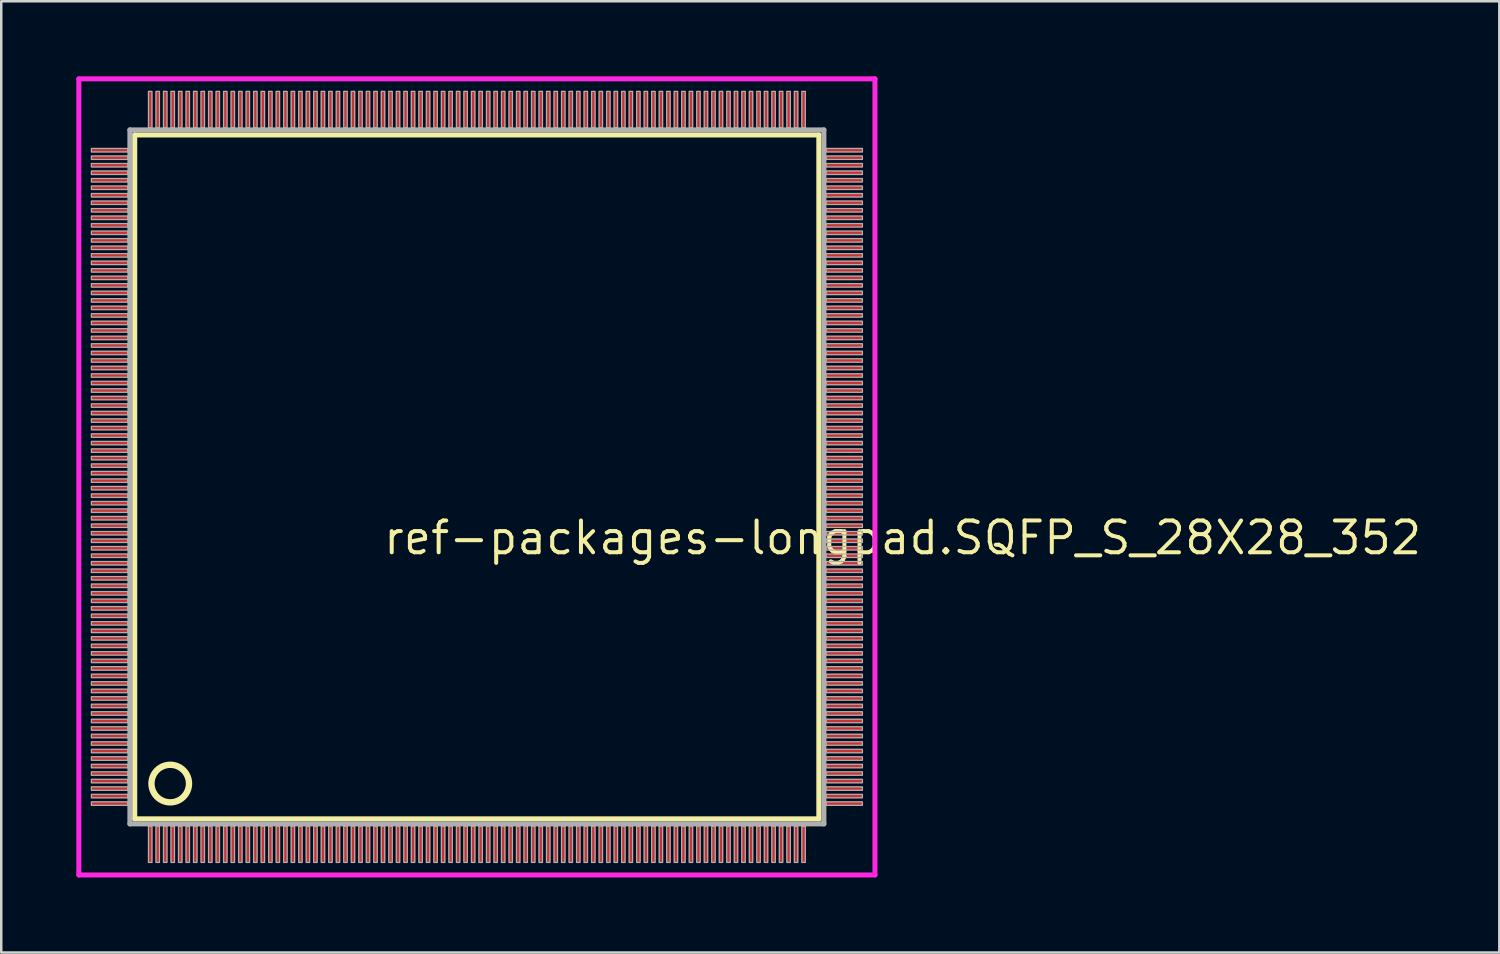
<source format=kicad_pcb>
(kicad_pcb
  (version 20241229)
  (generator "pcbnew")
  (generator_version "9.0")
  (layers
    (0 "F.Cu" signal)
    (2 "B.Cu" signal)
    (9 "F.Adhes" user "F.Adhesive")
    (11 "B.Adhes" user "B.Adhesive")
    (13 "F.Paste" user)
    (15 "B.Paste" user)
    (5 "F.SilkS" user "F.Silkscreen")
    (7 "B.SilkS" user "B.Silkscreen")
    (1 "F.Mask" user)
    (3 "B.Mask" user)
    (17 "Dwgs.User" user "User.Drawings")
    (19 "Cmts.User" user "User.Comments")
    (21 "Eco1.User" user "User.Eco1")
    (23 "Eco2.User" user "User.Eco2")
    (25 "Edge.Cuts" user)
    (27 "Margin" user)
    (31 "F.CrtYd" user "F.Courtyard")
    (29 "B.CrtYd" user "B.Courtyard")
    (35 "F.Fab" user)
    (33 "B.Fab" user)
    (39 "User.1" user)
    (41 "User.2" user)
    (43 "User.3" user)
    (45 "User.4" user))
  (footprint "ref-packages-longpad.SQFP_S_28X28_352"
    (layer "F.Cu")
    (at 16 16)
    (property "Reference" "ref-packages-longpad.SQFP_S_28X28_352" (at -3.81 3.175 0) (layer "F.SilkS") (effects (font (size 1.27 1.27) (thickness 0.16)) (justify left bottom)))
    (attr smd)
    (fp_line (start -13.67 -13.66) (end 13.66 -13.66) (stroke (width 0.203) (type default)) (layer "F.SilkS"))
    (fp_line (start -13.67 13.66) (end -13.67 -13.66) (stroke (width 0.203) (type default)) (layer "F.SilkS"))
    (fp_line (start 13.66 -13.66) (end 13.66 13.66) (stroke (width 0.203) (type default)) (layer "F.SilkS"))
    (fp_line (start 13.66 13.66) (end -13.67 13.66) (stroke (width 0.203) (type default)) (layer "F.SilkS"))
    (fp_circle (center -12.25 12.25) (end -11.5 12.25) (stroke (width 0.254) (type default)) (fill no) (layer "F.SilkS"))
    (fp_line (start -15.9 -15.9) (end 15.9 -15.9) (stroke (width 0.2) (type default)) (layer "F.CrtYd"))
    (fp_line (start -15.9 15.9) (end -15.9 -15.9) (stroke (width 0.2) (type default)) (layer "F.CrtYd"))
    (fp_line (start 15.9 -15.9) (end 15.9 15.9) (stroke (width 0.2) (type default)) (layer "F.CrtYd"))
    (fp_line (start 15.9 15.9) (end -15.9 15.9) (stroke (width 0.2) (type default)) (layer "F.CrtYd"))
    (fp_line (start -13.86 -13.86) (end -13.86 13.86) (stroke (width 0.203) (type default)) (layer "F.Fab"))
    (fp_line (start -13.86 13.86) (end 13.86 13.86) (stroke (width 0.203) (type default)) (layer "F.Fab"))
    (fp_line (start 13.86 -13.86) (end -13.86 -13.86) (stroke (width 0.203) (type default)) (layer "F.Fab"))
    (fp_line (start 13.86 13.86) (end 13.86 -13.86) (stroke (width 0.203) (type default)) (layer "F.Fab"))
    (fp_rect (start -15.4 -12.98) (end -13.95 -13.12) (stroke (width 0.05) (type default)) (fill no) (layer "F.Fab"))
    (fp_rect (start -15.4 -12.68) (end -13.95 -12.82) (stroke (width 0.05) (type default)) (fill no) (layer "F.Fab"))
    (fp_rect (start -15.4 -12.38) (end -13.95 -12.52) (stroke (width 0.05) (type default)) (fill no) (layer "F.Fab"))
    (fp_rect (start -15.4 -12.08) (end -13.95 -12.22) (stroke (width 0.05) (type default)) (fill no) (layer "F.Fab"))
    (fp_rect (start -15.4 -11.78) (end -13.95 -11.92) (stroke (width 0.05) (type default)) (fill no) (layer "F.Fab"))
    (fp_rect (start -15.4 -11.48) (end -13.95 -11.62) (stroke (width 0.05) (type default)) (fill no) (layer "F.Fab"))
    (fp_rect (start -15.4 -11.18) (end -13.95 -11.32) (stroke (width 0.05) (type default)) (fill no) (layer "F.Fab"))
    (fp_rect (start -15.4 -10.88) (end -13.95 -11.02) (stroke (width 0.05) (type default)) (fill no) (layer "F.Fab"))
    (fp_rect (start -15.4 -10.58) (end -13.95 -10.72) (stroke (width 0.05) (type default)) (fill no) (layer "F.Fab"))
    (fp_rect (start -15.4 -10.28) (end -13.95 -10.42) (stroke (width 0.05) (type default)) (fill no) (layer "F.Fab"))
    (fp_rect (start -15.4 -9.98) (end -13.95 -10.12) (stroke (width 0.05) (type default)) (fill no) (layer "F.Fab"))
    (fp_rect (start -15.4 -9.68) (end -13.95 -9.82) (stroke (width 0.05) (type default)) (fill no) (layer "F.Fab"))
    (fp_rect (start -15.4 -9.38) (end -13.95 -9.52) (stroke (width 0.05) (type default)) (fill no) (layer "F.Fab"))
    (fp_rect (start -15.4 -9.08) (end -13.95 -9.22) (stroke (width 0.05) (type default)) (fill no) (layer "F.Fab"))
    (fp_rect (start -15.4 -8.78) (end -13.95 -8.92) (stroke (width 0.05) (type default)) (fill no) (layer "F.Fab"))
    (fp_rect (start -15.4 -8.48) (end -13.95 -8.62) (stroke (width 0.05) (type default)) (fill no) (layer "F.Fab"))
    (fp_rect (start -15.4 -8.18) (end -13.95 -8.32) (stroke (width 0.05) (type default)) (fill no) (layer "F.Fab"))
    (fp_rect (start -15.4 -7.88) (end -13.95 -8.02) (stroke (width 0.05) (type default)) (fill no) (layer "F.Fab"))
    (fp_rect (start -15.4 -7.58) (end -13.95 -7.72) (stroke (width 0.05) (type default)) (fill no) (layer "F.Fab"))
    (fp_rect (start -15.4 -7.28) (end -13.95 -7.42) (stroke (width 0.05) (type default)) (fill no) (layer "F.Fab"))
    (fp_rect (start -15.4 -6.98) (end -13.95 -7.12) (stroke (width 0.05) (type default)) (fill no) (layer "F.Fab"))
    (fp_rect (start -15.4 -6.68) (end -13.95 -6.82) (stroke (width 0.05) (type default)) (fill no) (layer "F.Fab"))
    (fp_rect (start -15.4 -6.38) (end -13.95 -6.52) (stroke (width 0.05) (type default)) (fill no) (layer "F.Fab"))
    (fp_rect (start -15.4 -6.08) (end -13.95 -6.22) (stroke (width 0.05) (type default)) (fill no) (layer "F.Fab"))
    (fp_rect (start -15.4 -5.78) (end -13.95 -5.92) (stroke (width 0.05) (type default)) (fill no) (layer "F.Fab"))
    (fp_rect (start -15.4 -5.48) (end -13.95 -5.62) (stroke (width 0.05) (type default)) (fill no) (layer "F.Fab"))
    (fp_rect (start -15.4 -5.18) (end -13.95 -5.32) (stroke (width 0.05) (type default)) (fill no) (layer "F.Fab"))
    (fp_rect (start -15.4 -4.88) (end -13.95 -5.02) (stroke (width 0.05) (type default)) (fill no) (layer "F.Fab"))
    (fp_rect (start -15.4 -4.58) (end -13.95 -4.72) (stroke (width 0.05) (type default)) (fill no) (layer "F.Fab"))
    (fp_rect (start -15.4 -4.28) (end -13.95 -4.42) (stroke (width 0.05) (type default)) (fill no) (layer "F.Fab"))
    (fp_rect (start -15.4 -3.98) (end -13.95 -4.12) (stroke (width 0.05) (type default)) (fill no) (layer "F.Fab"))
    (fp_rect (start -15.4 -3.68) (end -13.95 -3.82) (stroke (width 0.05) (type default)) (fill no) (layer "F.Fab"))
    (fp_rect (start -15.4 -3.38) (end -13.95 -3.52) (stroke (width 0.05) (type default)) (fill no) (layer "F.Fab"))
    (fp_rect (start -15.4 -3.08) (end -13.95 -3.22) (stroke (width 0.05) (type default)) (fill no) (layer "F.Fab"))
    (fp_rect (start -15.4 -2.78) (end -13.95 -2.92) (stroke (width 0.05) (type default)) (fill no) (layer "F.Fab"))
    (fp_rect (start -15.4 -2.48) (end -13.95 -2.62) (stroke (width 0.05) (type default)) (fill no) (layer "F.Fab"))
    (fp_rect (start -15.4 -2.18) (end -13.95 -2.32) (stroke (width 0.05) (type default)) (fill no) (layer "F.Fab"))
    (fp_rect (start -15.4 -1.88) (end -13.95 -2.02) (stroke (width 0.05) (type default)) (fill no) (layer "F.Fab"))
    (fp_rect (start -15.4 -1.58) (end -13.95 -1.72) (stroke (width 0.05) (type default)) (fill no) (layer "F.Fab"))
    (fp_rect (start -15.4 -1.28) (end -13.95 -1.42) (stroke (width 0.05) (type default)) (fill no) (layer "F.Fab"))
    (fp_rect (start -15.4 -0.98) (end -13.95 -1.12) (stroke (width 0.05) (type default)) (fill no) (layer "F.Fab"))
    (fp_rect (start -15.4 -0.68) (end -13.95 -0.82) (stroke (width 0.05) (type default)) (fill no) (layer "F.Fab"))
    (fp_rect (start -15.4 -0.38) (end -13.95 -0.52) (stroke (width 0.05) (type default)) (fill no) (layer "F.Fab"))
    (fp_rect (start -15.4 -0.08) (end -13.95 -0.22) (stroke (width 0.05) (type default)) (fill no) (layer "F.Fab"))
    (fp_rect (start -15.4 0.22) (end -13.95 0.08) (stroke (width 0.05) (type default)) (fill no) (layer "F.Fab"))
    (fp_rect (start -15.4 0.52) (end -13.95 0.38) (stroke (width 0.05) (type default)) (fill no) (layer "F.Fab"))
    (fp_rect (start -15.4 0.82) (end -13.95 0.68) (stroke (width 0.05) (type default)) (fill no) (layer "F.Fab"))
    (fp_rect (start -15.4 1.12) (end -13.95 0.98) (stroke (width 0.05) (type default)) (fill no) (layer "F.Fab"))
    (fp_rect (start -15.4 1.42) (end -13.95 1.28) (stroke (width 0.05) (type default)) (fill no) (layer "F.Fab"))
    (fp_rect (start -15.4 1.72) (end -13.95 1.58) (stroke (width 0.05) (type default)) (fill no) (layer "F.Fab"))
    (fp_rect (start -15.4 2.02) (end -13.95 1.88) (stroke (width 0.05) (type default)) (fill no) (layer "F.Fab"))
    (fp_rect (start -15.4 2.32) (end -13.95 2.18) (stroke (width 0.05) (type default)) (fill no) (layer "F.Fab"))
    (fp_rect (start -15.4 2.62) (end -13.95 2.48) (stroke (width 0.05) (type default)) (fill no) (layer "F.Fab"))
    (fp_rect (start -15.4 2.92) (end -13.95 2.78) (stroke (width 0.05) (type default)) (fill no) (layer "F.Fab"))
    (fp_rect (start -15.4 3.22) (end -13.95 3.08) (stroke (width 0.05) (type default)) (fill no) (layer "F.Fab"))
    (fp_rect (start -15.4 3.52) (end -13.95 3.38) (stroke (width 0.05) (type default)) (fill no) (layer "F.Fab"))
    (fp_rect (start -15.4 3.82) (end -13.95 3.68) (stroke (width 0.05) (type default)) (fill no) (layer "F.Fab"))
    (fp_rect (start -15.4 4.12) (end -13.95 3.98) (stroke (width 0.05) (type default)) (fill no) (layer "F.Fab"))
    (fp_rect (start -15.4 4.42) (end -13.95 4.28) (stroke (width 0.05) (type default)) (fill no) (layer "F.Fab"))
    (fp_rect (start -15.4 4.72) (end -13.95 4.58) (stroke (width 0.05) (type default)) (fill no) (layer "F.Fab"))
    (fp_rect (start -15.4 5.02) (end -13.95 4.88) (stroke (width 0.05) (type default)) (fill no) (layer "F.Fab"))
    (fp_rect (start -15.4 5.32) (end -13.95 5.18) (stroke (width 0.05) (type default)) (fill no) (layer "F.Fab"))
    (fp_rect (start -15.4 5.62) (end -13.95 5.48) (stroke (width 0.05) (type default)) (fill no) (layer "F.Fab"))
    (fp_rect (start -15.4 5.92) (end -13.95 5.78) (stroke (width 0.05) (type default)) (fill no) (layer "F.Fab"))
    (fp_rect (start -15.4 6.22) (end -13.95 6.08) (stroke (width 0.05) (type default)) (fill no) (layer "F.Fab"))
    (fp_rect (start -15.4 6.52) (end -13.95 6.38) (stroke (width 0.05) (type default)) (fill no) (layer "F.Fab"))
    (fp_rect (start -15.4 6.82) (end -13.95 6.68) (stroke (width 0.05) (type default)) (fill no) (layer "F.Fab"))
    (fp_rect (start -15.4 7.12) (end -13.95 6.98) (stroke (width 0.05) (type default)) (fill no) (layer "F.Fab"))
    (fp_rect (start -15.4 7.42) (end -13.95 7.28) (stroke (width 0.05) (type default)) (fill no) (layer "F.Fab"))
    (fp_rect (start -15.4 7.72) (end -13.95 7.58) (stroke (width 0.05) (type default)) (fill no) (layer "F.Fab"))
    (fp_rect (start -15.4 8.02) (end -13.95 7.88) (stroke (width 0.05) (type default)) (fill no) (layer "F.Fab"))
    (fp_rect (start -15.4 8.32) (end -13.95 8.18) (stroke (width 0.05) (type default)) (fill no) (layer "F.Fab"))
    (fp_rect (start -15.4 8.62) (end -13.95 8.48) (stroke (width 0.05) (type default)) (fill no) (layer "F.Fab"))
    (fp_rect (start -15.4 8.92) (end -13.95 8.78) (stroke (width 0.05) (type default)) (fill no) (layer "F.Fab"))
    (fp_rect (start -15.4 9.22) (end -13.95 9.08) (stroke (width 0.05) (type default)) (fill no) (layer "F.Fab"))
    (fp_rect (start -15.4 9.52) (end -13.95 9.38) (stroke (width 0.05) (type default)) (fill no) (layer "F.Fab"))
    (fp_rect (start -15.4 9.82) (end -13.95 9.68) (stroke (width 0.05) (type default)) (fill no) (layer "F.Fab"))
    (fp_rect (start -15.4 10.12) (end -13.95 9.98) (stroke (width 0.05) (type default)) (fill no) (layer "F.Fab"))
    (fp_rect (start -15.4 10.42) (end -13.95 10.28) (stroke (width 0.05) (type default)) (fill no) (layer "F.Fab"))
    (fp_rect (start -15.4 10.72) (end -13.95 10.58) (stroke (width 0.05) (type default)) (fill no) (layer "F.Fab"))
    (fp_rect (start -15.4 11.02) (end -13.95 10.88) (stroke (width 0.05) (type default)) (fill no) (layer "F.Fab"))
    (fp_rect (start -15.4 11.32) (end -13.95 11.18) (stroke (width 0.05) (type default)) (fill no) (layer "F.Fab"))
    (fp_rect (start -15.4 11.62) (end -13.95 11.48) (stroke (width 0.05) (type default)) (fill no) (layer "F.Fab"))
    (fp_rect (start -15.4 11.92) (end -13.95 11.78) (stroke (width 0.05) (type default)) (fill no) (layer "F.Fab"))
    (fp_rect (start -15.4 12.22) (end -13.95 12.08) (stroke (width 0.05) (type default)) (fill no) (layer "F.Fab"))
    (fp_rect (start -15.4 12.52) (end -13.95 12.38) (stroke (width 0.05) (type default)) (fill no) (layer "F.Fab"))
    (fp_rect (start -15.4 12.82) (end -13.95 12.68) (stroke (width 0.05) (type default)) (fill no) (layer "F.Fab"))
    (fp_rect (start -15.4 13.12) (end -13.95 12.98) (stroke (width 0.05) (type default)) (fill no) (layer "F.Fab"))
    (fp_rect (start -13.12 -13.95) (end -12.98 -15.4) (stroke (width 0.05) (type default)) (fill no) (layer "F.Fab"))
    (fp_rect (start -13.12 15.4) (end -12.98 13.95) (stroke (width 0.05) (type default)) (fill no) (layer "F.Fab"))
    (fp_rect (start -12.82 -13.95) (end -12.68 -15.4) (stroke (width 0.05) (type default)) (fill no) (layer "F.Fab"))
    (fp_rect (start -12.82 15.4) (end -12.68 13.95) (stroke (width 0.05) (type default)) (fill no) (layer "F.Fab"))
    (fp_rect (start -12.52 -13.95) (end -12.38 -15.4) (stroke (width 0.05) (type default)) (fill no) (layer "F.Fab"))
    (fp_rect (start -12.52 15.4) (end -12.38 13.95) (stroke (width 0.05) (type default)) (fill no) (layer "F.Fab"))
    (fp_rect (start -12.22 -13.95) (end -12.08 -15.4) (stroke (width 0.05) (type default)) (fill no) (layer "F.Fab"))
    (fp_rect (start -12.22 15.4) (end -12.08 13.95) (stroke (width 0.05) (type default)) (fill no) (layer "F.Fab"))
    (fp_rect (start -11.92 -13.95) (end -11.78 -15.4) (stroke (width 0.05) (type default)) (fill no) (layer "F.Fab"))
    (fp_rect (start -11.92 15.4) (end -11.78 13.95) (stroke (width 0.05) (type default)) (fill no) (layer "F.Fab"))
    (fp_rect (start -11.62 -13.95) (end -11.48 -15.4) (stroke (width 0.05) (type default)) (fill no) (layer "F.Fab"))
    (fp_rect (start -11.62 15.4) (end -11.48 13.95) (stroke (width 0.05) (type default)) (fill no) (layer "F.Fab"))
    (fp_rect (start -11.32 -13.95) (end -11.18 -15.4) (stroke (width 0.05) (type default)) (fill no) (layer "F.Fab"))
    (fp_rect (start -11.32 15.4) (end -11.18 13.95) (stroke (width 0.05) (type default)) (fill no) (layer "F.Fab"))
    (fp_rect (start -11.02 -13.95) (end -10.88 -15.4) (stroke (width 0.05) (type default)) (fill no) (layer "F.Fab"))
    (fp_rect (start -11.02 15.4) (end -10.88 13.95) (stroke (width 0.05) (type default)) (fill no) (layer "F.Fab"))
    (fp_rect (start -10.72 -13.95) (end -10.58 -15.4) (stroke (width 0.05) (type default)) (fill no) (layer "F.Fab"))
    (fp_rect (start -10.72 15.4) (end -10.58 13.95) (stroke (width 0.05) (type default)) (fill no) (layer "F.Fab"))
    (fp_rect (start -10.42 -13.95) (end -10.28 -15.4) (stroke (width 0.05) (type default)) (fill no) (layer "F.Fab"))
    (fp_rect (start -10.42 15.4) (end -10.28 13.95) (stroke (width 0.05) (type default)) (fill no) (layer "F.Fab"))
    (fp_rect (start -10.12 -13.95) (end -9.98 -15.4) (stroke (width 0.05) (type default)) (fill no) (layer "F.Fab"))
    (fp_rect (start -10.12 15.4) (end -9.98 13.95) (stroke (width 0.05) (type default)) (fill no) (layer "F.Fab"))
    (fp_rect (start -9.82 -13.95) (end -9.68 -15.4) (stroke (width 0.05) (type default)) (fill no) (layer "F.Fab"))
    (fp_rect (start -9.82 15.4) (end -9.68 13.95) (stroke (width 0.05) (type default)) (fill no) (layer "F.Fab"))
    (fp_rect (start -9.52 -13.95) (end -9.38 -15.4) (stroke (width 0.05) (type default)) (fill no) (layer "F.Fab"))
    (fp_rect (start -9.52 15.4) (end -9.38 13.95) (stroke (width 0.05) (type default)) (fill no) (layer "F.Fab"))
    (fp_rect (start -9.22 -13.95) (end -9.08 -15.4) (stroke (width 0.05) (type default)) (fill no) (layer "F.Fab"))
    (fp_rect (start -9.22 15.4) (end -9.08 13.95) (stroke (width 0.05) (type default)) (fill no) (layer "F.Fab"))
    (fp_rect (start -8.92 -13.95) (end -8.78 -15.4) (stroke (width 0.05) (type default)) (fill no) (layer "F.Fab"))
    (fp_rect (start -8.92 15.4) (end -8.78 13.95) (stroke (width 0.05) (type default)) (fill no) (layer "F.Fab"))
    (fp_rect (start -8.62 -13.95) (end -8.48 -15.4) (stroke (width 0.05) (type default)) (fill no) (layer "F.Fab"))
    (fp_rect (start -8.62 15.4) (end -8.48 13.95) (stroke (width 0.05) (type default)) (fill no) (layer "F.Fab"))
    (fp_rect (start -8.32 -13.95) (end -8.18 -15.4) (stroke (width 0.05) (type default)) (fill no) (layer "F.Fab"))
    (fp_rect (start -8.32 15.4) (end -8.18 13.95) (stroke (width 0.05) (type default)) (fill no) (layer "F.Fab"))
    (fp_rect (start -8.02 -13.95) (end -7.88 -15.4) (stroke (width 0.05) (type default)) (fill no) (layer "F.Fab"))
    (fp_rect (start -8.02 15.4) (end -7.88 13.95) (stroke (width 0.05) (type default)) (fill no) (layer "F.Fab"))
    (fp_rect (start -7.72 -13.95) (end -7.58 -15.4) (stroke (width 0.05) (type default)) (fill no) (layer "F.Fab"))
    (fp_rect (start -7.72 15.4) (end -7.58 13.95) (stroke (width 0.05) (type default)) (fill no) (layer "F.Fab"))
    (fp_rect (start -7.42 -13.95) (end -7.28 -15.4) (stroke (width 0.05) (type default)) (fill no) (layer "F.Fab"))
    (fp_rect (start -7.42 15.4) (end -7.28 13.95) (stroke (width 0.05) (type default)) (fill no) (layer "F.Fab"))
    (fp_rect (start -7.12 -13.95) (end -6.98 -15.4) (stroke (width 0.05) (type default)) (fill no) (layer "F.Fab"))
    (fp_rect (start -7.12 15.4) (end -6.98 13.95) (stroke (width 0.05) (type default)) (fill no) (layer "F.Fab"))
    (fp_rect (start -6.82 -13.95) (end -6.68 -15.4) (stroke (width 0.05) (type default)) (fill no) (layer "F.Fab"))
    (fp_rect (start -6.82 15.4) (end -6.68 13.95) (stroke (width 0.05) (type default)) (fill no) (layer "F.Fab"))
    (fp_rect (start -6.52 -13.95) (end -6.38 -15.4) (stroke (width 0.05) (type default)) (fill no) (layer "F.Fab"))
    (fp_rect (start -6.52 15.4) (end -6.38 13.95) (stroke (width 0.05) (type default)) (fill no) (layer "F.Fab"))
    (fp_rect (start -6.22 -13.95) (end -6.08 -15.4) (stroke (width 0.05) (type default)) (fill no) (layer "F.Fab"))
    (fp_rect (start -6.22 15.4) (end -6.08 13.95) (stroke (width 0.05) (type default)) (fill no) (layer "F.Fab"))
    (fp_rect (start -5.92 -13.95) (end -5.78 -15.4) (stroke (width 0.05) (type default)) (fill no) (layer "F.Fab"))
    (fp_rect (start -5.92 15.4) (end -5.78 13.95) (stroke (width 0.05) (type default)) (fill no) (layer "F.Fab"))
    (fp_rect (start -5.62 -13.95) (end -5.48 -15.4) (stroke (width 0.05) (type default)) (fill no) (layer "F.Fab"))
    (fp_rect (start -5.62 15.4) (end -5.48 13.95) (stroke (width 0.05) (type default)) (fill no) (layer "F.Fab"))
    (fp_rect (start -5.32 -13.95) (end -5.18 -15.4) (stroke (width 0.05) (type default)) (fill no) (layer "F.Fab"))
    (fp_rect (start -5.32 15.4) (end -5.18 13.95) (stroke (width 0.05) (type default)) (fill no) (layer "F.Fab"))
    (fp_rect (start -5.02 -13.95) (end -4.88 -15.4) (stroke (width 0.05) (type default)) (fill no) (layer "F.Fab"))
    (fp_rect (start -5.02 15.4) (end -4.88 13.95) (stroke (width 0.05) (type default)) (fill no) (layer "F.Fab"))
    (fp_rect (start -4.72 -13.95) (end -4.58 -15.4) (stroke (width 0.05) (type default)) (fill no) (layer "F.Fab"))
    (fp_rect (start -4.72 15.4) (end -4.58 13.95) (stroke (width 0.05) (type default)) (fill no) (layer "F.Fab"))
    (fp_rect (start -4.42 -13.95) (end -4.28 -15.4) (stroke (width 0.05) (type default)) (fill no) (layer "F.Fab"))
    (fp_rect (start -4.42 15.4) (end -4.28 13.95) (stroke (width 0.05) (type default)) (fill no) (layer "F.Fab"))
    (fp_rect (start -4.12 -13.95) (end -3.98 -15.4) (stroke (width 0.05) (type default)) (fill no) (layer "F.Fab"))
    (fp_rect (start -4.12 15.4) (end -3.98 13.95) (stroke (width 0.05) (type default)) (fill no) (layer "F.Fab"))
    (fp_rect (start -3.82 -13.95) (end -3.68 -15.4) (stroke (width 0.05) (type default)) (fill no) (layer "F.Fab"))
    (fp_rect (start -3.82 15.4) (end -3.68 13.95) (stroke (width 0.05) (type default)) (fill no) (layer "F.Fab"))
    (fp_rect (start -3.52 -13.95) (end -3.38 -15.4) (stroke (width 0.05) (type default)) (fill no) (layer "F.Fab"))
    (fp_rect (start -3.52 15.4) (end -3.38 13.95) (stroke (width 0.05) (type default)) (fill no) (layer "F.Fab"))
    (fp_rect (start -3.22 -13.95) (end -3.08 -15.4) (stroke (width 0.05) (type default)) (fill no) (layer "F.Fab"))
    (fp_rect (start -3.22 15.4) (end -3.08 13.95) (stroke (width 0.05) (type default)) (fill no) (layer "F.Fab"))
    (fp_rect (start -2.92 -13.95) (end -2.78 -15.4) (stroke (width 0.05) (type default)) (fill no) (layer "F.Fab"))
    (fp_rect (start -2.92 15.4) (end -2.78 13.95) (stroke (width 0.05) (type default)) (fill no) (layer "F.Fab"))
    (fp_rect (start -2.62 -13.95) (end -2.48 -15.4) (stroke (width 0.05) (type default)) (fill no) (layer "F.Fab"))
    (fp_rect (start -2.62 15.4) (end -2.48 13.95) (stroke (width 0.05) (type default)) (fill no) (layer "F.Fab"))
    (fp_rect (start -2.32 -13.95) (end -2.18 -15.4) (stroke (width 0.05) (type default)) (fill no) (layer "F.Fab"))
    (fp_rect (start -2.32 15.4) (end -2.18 13.95) (stroke (width 0.05) (type default)) (fill no) (layer "F.Fab"))
    (fp_rect (start -2.02 -13.95) (end -1.88 -15.4) (stroke (width 0.05) (type default)) (fill no) (layer "F.Fab"))
    (fp_rect (start -2.02 15.4) (end -1.88 13.95) (stroke (width 0.05) (type default)) (fill no) (layer "F.Fab"))
    (fp_rect (start -1.72 -13.95) (end -1.58 -15.4) (stroke (width 0.05) (type default)) (fill no) (layer "F.Fab"))
    (fp_rect (start -1.72 15.4) (end -1.58 13.95) (stroke (width 0.05) (type default)) (fill no) (layer "F.Fab"))
    (fp_rect (start -1.42 -13.95) (end -1.28 -15.4) (stroke (width 0.05) (type default)) (fill no) (layer "F.Fab"))
    (fp_rect (start -1.42 15.4) (end -1.28 13.95) (stroke (width 0.05) (type default)) (fill no) (layer "F.Fab"))
    (fp_rect (start -1.12 -13.95) (end -0.98 -15.4) (stroke (width 0.05) (type default)) (fill no) (layer "F.Fab"))
    (fp_rect (start -1.12 15.4) (end -0.98 13.95) (stroke (width 0.05) (type default)) (fill no) (layer "F.Fab"))
    (fp_rect (start -0.82 -13.95) (end -0.68 -15.4) (stroke (width 0.05) (type default)) (fill no) (layer "F.Fab"))
    (fp_rect (start -0.82 15.4) (end -0.68 13.95) (stroke (width 0.05) (type default)) (fill no) (layer "F.Fab"))
    (fp_rect (start -0.52 -13.95) (end -0.38 -15.4) (stroke (width 0.05) (type default)) (fill no) (layer "F.Fab"))
    (fp_rect (start -0.52 15.4) (end -0.38 13.95) (stroke (width 0.05) (type default)) (fill no) (layer "F.Fab"))
    (fp_rect (start -0.22 -13.95) (end -0.08 -15.4) (stroke (width 0.05) (type default)) (fill no) (layer "F.Fab"))
    (fp_rect (start -0.22 15.4) (end -0.08 13.95) (stroke (width 0.05) (type default)) (fill no) (layer "F.Fab"))
    (fp_rect (start 0.08 -13.95) (end 0.22 -15.4) (stroke (width 0.05) (type default)) (fill no) (layer "F.Fab"))
    (fp_rect (start 0.08 15.4) (end 0.22 13.95) (stroke (width 0.05) (type default)) (fill no) (layer "F.Fab"))
    (fp_rect (start 0.38 -13.95) (end 0.52 -15.4) (stroke (width 0.05) (type default)) (fill no) (layer "F.Fab"))
    (fp_rect (start 0.38 15.4) (end 0.52 13.95) (stroke (width 0.05) (type default)) (fill no) (layer "F.Fab"))
    (fp_rect (start 0.68 -13.95) (end 0.82 -15.4) (stroke (width 0.05) (type default)) (fill no) (layer "F.Fab"))
    (fp_rect (start 0.68 15.4) (end 0.82 13.95) (stroke (width 0.05) (type default)) (fill no) (layer "F.Fab"))
    (fp_rect (start 0.98 -13.95) (end 1.12 -15.4) (stroke (width 0.05) (type default)) (fill no) (layer "F.Fab"))
    (fp_rect (start 0.98 15.4) (end 1.12 13.95) (stroke (width 0.05) (type default)) (fill no) (layer "F.Fab"))
    (fp_rect (start 1.28 -13.95) (end 1.42 -15.4) (stroke (width 0.05) (type default)) (fill no) (layer "F.Fab"))
    (fp_rect (start 1.28 15.4) (end 1.42 13.95) (stroke (width 0.05) (type default)) (fill no) (layer "F.Fab"))
    (fp_rect (start 1.58 -13.95) (end 1.72 -15.4) (stroke (width 0.05) (type default)) (fill no) (layer "F.Fab"))
    (fp_rect (start 1.58 15.4) (end 1.72 13.95) (stroke (width 0.05) (type default)) (fill no) (layer "F.Fab"))
    (fp_rect (start 1.88 -13.95) (end 2.02 -15.4) (stroke (width 0.05) (type default)) (fill no) (layer "F.Fab"))
    (fp_rect (start 1.88 15.4) (end 2.02 13.95) (stroke (width 0.05) (type default)) (fill no) (layer "F.Fab"))
    (fp_rect (start 2.18 -13.95) (end 2.32 -15.4) (stroke (width 0.05) (type default)) (fill no) (layer "F.Fab"))
    (fp_rect (start 2.18 15.4) (end 2.32 13.95) (stroke (width 0.05) (type default)) (fill no) (layer "F.Fab"))
    (fp_rect (start 2.48 -13.95) (end 2.62 -15.4) (stroke (width 0.05) (type default)) (fill no) (layer "F.Fab"))
    (fp_rect (start 2.48 15.4) (end 2.62 13.95) (stroke (width 0.05) (type default)) (fill no) (layer "F.Fab"))
    (fp_rect (start 2.78 -13.95) (end 2.92 -15.4) (stroke (width 0.05) (type default)) (fill no) (layer "F.Fab"))
    (fp_rect (start 2.78 15.4) (end 2.92 13.95) (stroke (width 0.05) (type default)) (fill no) (layer "F.Fab"))
    (fp_rect (start 3.08 -13.95) (end 3.22 -15.4) (stroke (width 0.05) (type default)) (fill no) (layer "F.Fab"))
    (fp_rect (start 3.08 15.4) (end 3.22 13.95) (stroke (width 0.05) (type default)) (fill no) (layer "F.Fab"))
    (fp_rect (start 3.38 -13.95) (end 3.52 -15.4) (stroke (width 0.05) (type default)) (fill no) (layer "F.Fab"))
    (fp_rect (start 3.38 15.4) (end 3.52 13.95) (stroke (width 0.05) (type default)) (fill no) (layer "F.Fab"))
    (fp_rect (start 3.68 -13.95) (end 3.82 -15.4) (stroke (width 0.05) (type default)) (fill no) (layer "F.Fab"))
    (fp_rect (start 3.68 15.4) (end 3.82 13.95) (stroke (width 0.05) (type default)) (fill no) (layer "F.Fab"))
    (fp_rect (start 3.98 -13.95) (end 4.12 -15.4) (stroke (width 0.05) (type default)) (fill no) (layer "F.Fab"))
    (fp_rect (start 3.98 15.4) (end 4.12 13.95) (stroke (width 0.05) (type default)) (fill no) (layer "F.Fab"))
    (fp_rect (start 4.28 -13.95) (end 4.42 -15.4) (stroke (width 0.05) (type default)) (fill no) (layer "F.Fab"))
    (fp_rect (start 4.28 15.4) (end 4.42 13.95) (stroke (width 0.05) (type default)) (fill no) (layer "F.Fab"))
    (fp_rect (start 4.58 -13.95) (end 4.72 -15.4) (stroke (width 0.05) (type default)) (fill no) (layer "F.Fab"))
    (fp_rect (start 4.58 15.4) (end 4.72 13.95) (stroke (width 0.05) (type default)) (fill no) (layer "F.Fab"))
    (fp_rect (start 4.88 -13.95) (end 5.02 -15.4) (stroke (width 0.05) (type default)) (fill no) (layer "F.Fab"))
    (fp_rect (start 4.88 15.4) (end 5.02 13.95) (stroke (width 0.05) (type default)) (fill no) (layer "F.Fab"))
    (fp_rect (start 5.18 -13.95) (end 5.32 -15.4) (stroke (width 0.05) (type default)) (fill no) (layer "F.Fab"))
    (fp_rect (start 5.18 15.4) (end 5.32 13.95) (stroke (width 0.05) (type default)) (fill no) (layer "F.Fab"))
    (fp_rect (start 5.48 -13.95) (end 5.62 -15.4) (stroke (width 0.05) (type default)) (fill no) (layer "F.Fab"))
    (fp_rect (start 5.48 15.4) (end 5.62 13.95) (stroke (width 0.05) (type default)) (fill no) (layer "F.Fab"))
    (fp_rect (start 5.78 -13.95) (end 5.92 -15.4) (stroke (width 0.05) (type default)) (fill no) (layer "F.Fab"))
    (fp_rect (start 5.78 15.4) (end 5.92 13.95) (stroke (width 0.05) (type default)) (fill no) (layer "F.Fab"))
    (fp_rect (start 6.08 -13.95) (end 6.22 -15.4) (stroke (width 0.05) (type default)) (fill no) (layer "F.Fab"))
    (fp_rect (start 6.08 15.4) (end 6.22 13.95) (stroke (width 0.05) (type default)) (fill no) (layer "F.Fab"))
    (fp_rect (start 6.38 -13.95) (end 6.52 -15.4) (stroke (width 0.05) (type default)) (fill no) (layer "F.Fab"))
    (fp_rect (start 6.38 15.4) (end 6.52 13.95) (stroke (width 0.05) (type default)) (fill no) (layer "F.Fab"))
    (fp_rect (start 6.68 -13.95) (end 6.82 -15.4) (stroke (width 0.05) (type default)) (fill no) (layer "F.Fab"))
    (fp_rect (start 6.68 15.4) (end 6.82 13.95) (stroke (width 0.05) (type default)) (fill no) (layer "F.Fab"))
    (fp_rect (start 6.98 -13.95) (end 7.12 -15.4) (stroke (width 0.05) (type default)) (fill no) (layer "F.Fab"))
    (fp_rect (start 6.98 15.4) (end 7.12 13.95) (stroke (width 0.05) (type default)) (fill no) (layer "F.Fab"))
    (fp_rect (start 7.28 -13.95) (end 7.42 -15.4) (stroke (width 0.05) (type default)) (fill no) (layer "F.Fab"))
    (fp_rect (start 7.28 15.4) (end 7.42 13.95) (stroke (width 0.05) (type default)) (fill no) (layer "F.Fab"))
    (fp_rect (start 7.58 -13.95) (end 7.72 -15.4) (stroke (width 0.05) (type default)) (fill no) (layer "F.Fab"))
    (fp_rect (start 7.58 15.4) (end 7.72 13.95) (stroke (width 0.05) (type default)) (fill no) (layer "F.Fab"))
    (fp_rect (start 7.88 -13.95) (end 8.02 -15.4) (stroke (width 0.05) (type default)) (fill no) (layer "F.Fab"))
    (fp_rect (start 7.88 15.4) (end 8.02 13.95) (stroke (width 0.05) (type default)) (fill no) (layer "F.Fab"))
    (fp_rect (start 8.18 -13.95) (end 8.32 -15.4) (stroke (width 0.05) (type default)) (fill no) (layer "F.Fab"))
    (fp_rect (start 8.18 15.4) (end 8.32 13.95) (stroke (width 0.05) (type default)) (fill no) (layer "F.Fab"))
    (fp_rect (start 8.48 -13.95) (end 8.62 -15.4) (stroke (width 0.05) (type default)) (fill no) (layer "F.Fab"))
    (fp_rect (start 8.48 15.4) (end 8.62 13.95) (stroke (width 0.05) (type default)) (fill no) (layer "F.Fab"))
    (fp_rect (start 8.78 -13.95) (end 8.92 -15.4) (stroke (width 0.05) (type default)) (fill no) (layer "F.Fab"))
    (fp_rect (start 8.78 15.4) (end 8.92 13.95) (stroke (width 0.05) (type default)) (fill no) (layer "F.Fab"))
    (fp_rect (start 9.08 -13.95) (end 9.22 -15.4) (stroke (width 0.05) (type default)) (fill no) (layer "F.Fab"))
    (fp_rect (start 9.08 15.4) (end 9.22 13.95) (stroke (width 0.05) (type default)) (fill no) (layer "F.Fab"))
    (fp_rect (start 9.38 -13.95) (end 9.52 -15.4) (stroke (width 0.05) (type default)) (fill no) (layer "F.Fab"))
    (fp_rect (start 9.38 15.4) (end 9.52 13.95) (stroke (width 0.05) (type default)) (fill no) (layer "F.Fab"))
    (fp_rect (start 9.68 -13.95) (end 9.82 -15.4) (stroke (width 0.05) (type default)) (fill no) (layer "F.Fab"))
    (fp_rect (start 9.68 15.4) (end 9.82 13.95) (stroke (width 0.05) (type default)) (fill no) (layer "F.Fab"))
    (fp_rect (start 9.98 -13.95) (end 10.12 -15.4) (stroke (width 0.05) (type default)) (fill no) (layer "F.Fab"))
    (fp_rect (start 9.98 15.4) (end 10.12 13.95) (stroke (width 0.05) (type default)) (fill no) (layer "F.Fab"))
    (fp_rect (start 10.28 -13.95) (end 10.42 -15.4) (stroke (width 0.05) (type default)) (fill no) (layer "F.Fab"))
    (fp_rect (start 10.28 15.4) (end 10.42 13.95) (stroke (width 0.05) (type default)) (fill no) (layer "F.Fab"))
    (fp_rect (start 10.58 -13.95) (end 10.72 -15.4) (stroke (width 0.05) (type default)) (fill no) (layer "F.Fab"))
    (fp_rect (start 10.58 15.4) (end 10.72 13.95) (stroke (width 0.05) (type default)) (fill no) (layer "F.Fab"))
    (fp_rect (start 10.88 -13.95) (end 11.02 -15.4) (stroke (width 0.05) (type default)) (fill no) (layer "F.Fab"))
    (fp_rect (start 10.88 15.4) (end 11.02 13.95) (stroke (width 0.05) (type default)) (fill no) (layer "F.Fab"))
    (fp_rect (start 11.18 -13.95) (end 11.32 -15.4) (stroke (width 0.05) (type default)) (fill no) (layer "F.Fab"))
    (fp_rect (start 11.18 15.4) (end 11.32 13.95) (stroke (width 0.05) (type default)) (fill no) (layer "F.Fab"))
    (fp_rect (start 11.48 -13.95) (end 11.62 -15.4) (stroke (width 0.05) (type default)) (fill no) (layer "F.Fab"))
    (fp_rect (start 11.48 15.4) (end 11.62 13.95) (stroke (width 0.05) (type default)) (fill no) (layer "F.Fab"))
    (fp_rect (start 11.78 -13.95) (end 11.92 -15.4) (stroke (width 0.05) (type default)) (fill no) (layer "F.Fab"))
    (fp_rect (start 11.78 15.4) (end 11.92 13.95) (stroke (width 0.05) (type default)) (fill no) (layer "F.Fab"))
    (fp_rect (start 12.08 -13.95) (end 12.22 -15.4) (stroke (width 0.05) (type default)) (fill no) (layer "F.Fab"))
    (fp_rect (start 12.08 15.4) (end 12.22 13.95) (stroke (width 0.05) (type default)) (fill no) (layer "F.Fab"))
    (fp_rect (start 12.38 -13.95) (end 12.52 -15.4) (stroke (width 0.05) (type default)) (fill no) (layer "F.Fab"))
    (fp_rect (start 12.38 15.4) (end 12.52 13.95) (stroke (width 0.05) (type default)) (fill no) (layer "F.Fab"))
    (fp_rect (start 12.68 -13.95) (end 12.82 -15.4) (stroke (width 0.05) (type default)) (fill no) (layer "F.Fab"))
    (fp_rect (start 12.68 15.4) (end 12.82 13.95) (stroke (width 0.05) (type default)) (fill no) (layer "F.Fab"))
    (fp_rect (start 12.98 -13.95) (end 13.12 -15.4) (stroke (width 0.05) (type default)) (fill no) (layer "F.Fab"))
    (fp_rect (start 12.98 15.4) (end 13.12 13.95) (stroke (width 0.05) (type default)) (fill no) (layer "F.Fab"))
    (fp_rect (start 13.95 -12.98) (end 15.4 -13.12) (stroke (width 0.05) (type default)) (fill no) (layer "F.Fab"))
    (fp_rect (start 13.95 -12.68) (end 15.4 -12.82) (stroke (width 0.05) (type default)) (fill no) (layer "F.Fab"))
    (fp_rect (start 13.95 -12.38) (end 15.4 -12.52) (stroke (width 0.05) (type default)) (fill no) (layer "F.Fab"))
    (fp_rect (start 13.95 -12.08) (end 15.4 -12.22) (stroke (width 0.05) (type default)) (fill no) (layer "F.Fab"))
    (fp_rect (start 13.95 -11.78) (end 15.4 -11.92) (stroke (width 0.05) (type default)) (fill no) (layer "F.Fab"))
    (fp_rect (start 13.95 -11.48) (end 15.4 -11.62) (stroke (width 0.05) (type default)) (fill no) (layer "F.Fab"))
    (fp_rect (start 13.95 -11.18) (end 15.4 -11.32) (stroke (width 0.05) (type default)) (fill no) (layer "F.Fab"))
    (fp_rect (start 13.95 -10.88) (end 15.4 -11.02) (stroke (width 0.05) (type default)) (fill no) (layer "F.Fab"))
    (fp_rect (start 13.95 -10.58) (end 15.4 -10.72) (stroke (width 0.05) (type default)) (fill no) (layer "F.Fab"))
    (fp_rect (start 13.95 -10.28) (end 15.4 -10.42) (stroke (width 0.05) (type default)) (fill no) (layer "F.Fab"))
    (fp_rect (start 13.95 -9.98) (end 15.4 -10.12) (stroke (width 0.05) (type default)) (fill no) (layer "F.Fab"))
    (fp_rect (start 13.95 -9.68) (end 15.4 -9.82) (stroke (width 0.05) (type default)) (fill no) (layer "F.Fab"))
    (fp_rect (start 13.95 -9.38) (end 15.4 -9.52) (stroke (width 0.05) (type default)) (fill no) (layer "F.Fab"))
    (fp_rect (start 13.95 -9.08) (end 15.4 -9.22) (stroke (width 0.05) (type default)) (fill no) (layer "F.Fab"))
    (fp_rect (start 13.95 -8.78) (end 15.4 -8.92) (stroke (width 0.05) (type default)) (fill no) (layer "F.Fab"))
    (fp_rect (start 13.95 -8.48) (end 15.4 -8.62) (stroke (width 0.05) (type default)) (fill no) (layer "F.Fab"))
    (fp_rect (start 13.95 -8.18) (end 15.4 -8.32) (stroke (width 0.05) (type default)) (fill no) (layer "F.Fab"))
    (fp_rect (start 13.95 -7.88) (end 15.4 -8.02) (stroke (width 0.05) (type default)) (fill no) (layer "F.Fab"))
    (fp_rect (start 13.95 -7.58) (end 15.4 -7.72) (stroke (width 0.05) (type default)) (fill no) (layer "F.Fab"))
    (fp_rect (start 13.95 -7.28) (end 15.4 -7.42) (stroke (width 0.05) (type default)) (fill no) (layer "F.Fab"))
    (fp_rect (start 13.95 -6.98) (end 15.4 -7.12) (stroke (width 0.05) (type default)) (fill no) (layer "F.Fab"))
    (fp_rect (start 13.95 -6.68) (end 15.4 -6.82) (stroke (width 0.05) (type default)) (fill no) (layer "F.Fab"))
    (fp_rect (start 13.95 -6.38) (end 15.4 -6.52) (stroke (width 0.05) (type default)) (fill no) (layer "F.Fab"))
    (fp_rect (start 13.95 -6.08) (end 15.4 -6.22) (stroke (width 0.05) (type default)) (fill no) (layer "F.Fab"))
    (fp_rect (start 13.95 -5.78) (end 15.4 -5.92) (stroke (width 0.05) (type default)) (fill no) (layer "F.Fab"))
    (fp_rect (start 13.95 -5.48) (end 15.4 -5.62) (stroke (width 0.05) (type default)) (fill no) (layer "F.Fab"))
    (fp_rect (start 13.95 -5.18) (end 15.4 -5.32) (stroke (width 0.05) (type default)) (fill no) (layer "F.Fab"))
    (fp_rect (start 13.95 -4.88) (end 15.4 -5.02) (stroke (width 0.05) (type default)) (fill no) (layer "F.Fab"))
    (fp_rect (start 13.95 -4.58) (end 15.4 -4.72) (stroke (width 0.05) (type default)) (fill no) (layer "F.Fab"))
    (fp_rect (start 13.95 -4.28) (end 15.4 -4.42) (stroke (width 0.05) (type default)) (fill no) (layer "F.Fab"))
    (fp_rect (start 13.95 -3.98) (end 15.4 -4.12) (stroke (width 0.05) (type default)) (fill no) (layer "F.Fab"))
    (fp_rect (start 13.95 -3.68) (end 15.4 -3.82) (stroke (width 0.05) (type default)) (fill no) (layer "F.Fab"))
    (fp_rect (start 13.95 -3.38) (end 15.4 -3.52) (stroke (width 0.05) (type default)) (fill no) (layer "F.Fab"))
    (fp_rect (start 13.95 -3.08) (end 15.4 -3.22) (stroke (width 0.05) (type default)) (fill no) (layer "F.Fab"))
    (fp_rect (start 13.95 -2.78) (end 15.4 -2.92) (stroke (width 0.05) (type default)) (fill no) (layer "F.Fab"))
    (fp_rect (start 13.95 -2.48) (end 15.4 -2.62) (stroke (width 0.05) (type default)) (fill no) (layer "F.Fab"))
    (fp_rect (start 13.95 -2.18) (end 15.4 -2.32) (stroke (width 0.05) (type default)) (fill no) (layer "F.Fab"))
    (fp_rect (start 13.95 -1.88) (end 15.4 -2.02) (stroke (width 0.05) (type default)) (fill no) (layer "F.Fab"))
    (fp_rect (start 13.95 -1.58) (end 15.4 -1.72) (stroke (width 0.05) (type default)) (fill no) (layer "F.Fab"))
    (fp_rect (start 13.95 -1.28) (end 15.4 -1.42) (stroke (width 0.05) (type default)) (fill no) (layer "F.Fab"))
    (fp_rect (start 13.95 -0.98) (end 15.4 -1.12) (stroke (width 0.05) (type default)) (fill no) (layer "F.Fab"))
    (fp_rect (start 13.95 -0.68) (end 15.4 -0.82) (stroke (width 0.05) (type default)) (fill no) (layer "F.Fab"))
    (fp_rect (start 13.95 -0.38) (end 15.4 -0.52) (stroke (width 0.05) (type default)) (fill no) (layer "F.Fab"))
    (fp_rect (start 13.95 -0.08) (end 15.4 -0.22) (stroke (width 0.05) (type default)) (fill no) (layer "F.Fab"))
    (fp_rect (start 13.95 0.22) (end 15.4 0.08) (stroke (width 0.05) (type default)) (fill no) (layer "F.Fab"))
    (fp_rect (start 13.95 0.52) (end 15.4 0.38) (stroke (width 0.05) (type default)) (fill no) (layer "F.Fab"))
    (fp_rect (start 13.95 0.82) (end 15.4 0.68) (stroke (width 0.05) (type default)) (fill no) (layer "F.Fab"))
    (fp_rect (start 13.95 1.12) (end 15.4 0.98) (stroke (width 0.05) (type default)) (fill no) (layer "F.Fab"))
    (fp_rect (start 13.95 1.42) (end 15.4 1.28) (stroke (width 0.05) (type default)) (fill no) (layer "F.Fab"))
    (fp_rect (start 13.95 1.72) (end 15.4 1.58) (stroke (width 0.05) (type default)) (fill no) (layer "F.Fab"))
    (fp_rect (start 13.95 2.02) (end 15.4 1.88) (stroke (width 0.05) (type default)) (fill no) (layer "F.Fab"))
    (fp_rect (start 13.95 2.32) (end 15.4 2.18) (stroke (width 0.05) (type default)) (fill no) (layer "F.Fab"))
    (fp_rect (start 13.95 2.62) (end 15.4 2.48) (stroke (width 0.05) (type default)) (fill no) (layer "F.Fab"))
    (fp_rect (start 13.95 2.92) (end 15.4 2.78) (stroke (width 0.05) (type default)) (fill no) (layer "F.Fab"))
    (fp_rect (start 13.95 3.22) (end 15.4 3.08) (stroke (width 0.05) (type default)) (fill no) (layer "F.Fab"))
    (fp_rect (start 13.95 3.52) (end 15.4 3.38) (stroke (width 0.05) (type default)) (fill no) (layer "F.Fab"))
    (fp_rect (start 13.95 3.82) (end 15.4 3.68) (stroke (width 0.05) (type default)) (fill no) (layer "F.Fab"))
    (fp_rect (start 13.95 4.12) (end 15.4 3.98) (stroke (width 0.05) (type default)) (fill no) (layer "F.Fab"))
    (fp_rect (start 13.95 4.42) (end 15.4 4.28) (stroke (width 0.05) (type default)) (fill no) (layer "F.Fab"))
    (fp_rect (start 13.95 4.72) (end 15.4 4.58) (stroke (width 0.05) (type default)) (fill no) (layer "F.Fab"))
    (fp_rect (start 13.95 5.02) (end 15.4 4.88) (stroke (width 0.05) (type default)) (fill no) (layer "F.Fab"))
    (fp_rect (start 13.95 5.32) (end 15.4 5.18) (stroke (width 0.05) (type default)) (fill no) (layer "F.Fab"))
    (fp_rect (start 13.95 5.62) (end 15.4 5.48) (stroke (width 0.05) (type default)) (fill no) (layer "F.Fab"))
    (fp_rect (start 13.95 5.92) (end 15.4 5.78) (stroke (width 0.05) (type default)) (fill no) (layer "F.Fab"))
    (fp_rect (start 13.95 6.22) (end 15.4 6.08) (stroke (width 0.05) (type default)) (fill no) (layer "F.Fab"))
    (fp_rect (start 13.95 6.52) (end 15.4 6.38) (stroke (width 0.05) (type default)) (fill no) (layer "F.Fab"))
    (fp_rect (start 13.95 6.82) (end 15.4 6.68) (stroke (width 0.05) (type default)) (fill no) (layer "F.Fab"))
    (fp_rect (start 13.95 7.12) (end 15.4 6.98) (stroke (width 0.05) (type default)) (fill no) (layer "F.Fab"))
    (fp_rect (start 13.95 7.42) (end 15.4 7.28) (stroke (width 0.05) (type default)) (fill no) (layer "F.Fab"))
    (fp_rect (start 13.95 7.72) (end 15.4 7.58) (stroke (width 0.05) (type default)) (fill no) (layer "F.Fab"))
    (fp_rect (start 13.95 8.02) (end 15.4 7.88) (stroke (width 0.05) (type default)) (fill no) (layer "F.Fab"))
    (fp_rect (start 13.95 8.32) (end 15.4 8.18) (stroke (width 0.05) (type default)) (fill no) (layer "F.Fab"))
    (fp_rect (start 13.95 8.62) (end 15.4 8.48) (stroke (width 0.05) (type default)) (fill no) (layer "F.Fab"))
    (fp_rect (start 13.95 8.92) (end 15.4 8.78) (stroke (width 0.05) (type default)) (fill no) (layer "F.Fab"))
    (fp_rect (start 13.95 9.22) (end 15.4 9.08) (stroke (width 0.05) (type default)) (fill no) (layer "F.Fab"))
    (fp_rect (start 13.95 9.52) (end 15.4 9.38) (stroke (width 0.05) (type default)) (fill no) (layer "F.Fab"))
    (fp_rect (start 13.95 9.82) (end 15.4 9.68) (stroke (width 0.05) (type default)) (fill no) (layer "F.Fab"))
    (fp_rect (start 13.95 10.12) (end 15.4 9.98) (stroke (width 0.05) (type default)) (fill no) (layer "F.Fab"))
    (fp_rect (start 13.95 10.42) (end 15.4 10.28) (stroke (width 0.05) (type default)) (fill no) (layer "F.Fab"))
    (fp_rect (start 13.95 10.72) (end 15.4 10.58) (stroke (width 0.05) (type default)) (fill no) (layer "F.Fab"))
    (fp_rect (start 13.95 11.02) (end 15.4 10.88) (stroke (width 0.05) (type default)) (fill no) (layer "F.Fab"))
    (fp_rect (start 13.95 11.32) (end 15.4 11.18) (stroke (width 0.05) (type default)) (fill no) (layer "F.Fab"))
    (fp_rect (start 13.95 11.62) (end 15.4 11.48) (stroke (width 0.05) (type default)) (fill no) (layer "F.Fab"))
    (fp_rect (start 13.95 11.92) (end 15.4 11.78) (stroke (width 0.05) (type default)) (fill no) (layer "F.Fab"))
    (fp_rect (start 13.95 12.22) (end 15.4 12.08) (stroke (width 0.05) (type default)) (fill no) (layer "F.Fab"))
    (fp_rect (start 13.95 12.52) (end 15.4 12.38) (stroke (width 0.05) (type default)) (fill no) (layer "F.Fab"))
    (fp_rect (start 13.95 12.82) (end 15.4 12.68) (stroke (width 0.05) (type default)) (fill no) (layer "F.Fab"))
    (fp_rect (start 13.95 13.12) (end 15.4 12.98) (stroke (width 0.05) (type default)) (fill no) (layer "F.Fab"))
    (pad "1" smd roundrect (at -13.05 14.6) (size 0.17 1.6) (layers "F.Cu" "F.Mask" "F.Paste") (roundrect_rratio 0.01))
    (pad "2" smd roundrect (at -12.75 14.6) (size 0.17 1.6) (layers "F.Cu" "F.Mask" "F.Paste") (roundrect_rratio 0.01))
    (pad "3" smd roundrect (at -12.45 14.6) (size 0.17 1.6) (layers "F.Cu" "F.Mask" "F.Paste") (roundrect_rratio 0.01))
    (pad "4" smd roundrect (at -12.15 14.6) (size 0.17 1.6) (layers "F.Cu" "F.Mask" "F.Paste") (roundrect_rratio 0.01))
    (pad "5" smd roundrect (at -11.85 14.6) (size 0.17 1.6) (layers "F.Cu" "F.Mask" "F.Paste") (roundrect_rratio 0.01))
    (pad "6" smd roundrect (at -11.55 14.6) (size 0.17 1.6) (layers "F.Cu" "F.Mask" "F.Paste") (roundrect_rratio 0.01))
    (pad "7" smd roundrect (at -11.25 14.6) (size 0.17 1.6) (layers "F.Cu" "F.Mask" "F.Paste") (roundrect_rratio 0.01))
    (pad "8" smd roundrect (at -10.95 14.6) (size 0.17 1.6) (layers "F.Cu" "F.Mask" "F.Paste") (roundrect_rratio 0.01))
    (pad "9" smd roundrect (at -10.65 14.6) (size 0.17 1.6) (layers "F.Cu" "F.Mask" "F.Paste") (roundrect_rratio 0.01))
    (pad "10" smd roundrect (at -10.35 14.6) (size 0.17 1.6) (layers "F.Cu" "F.Mask" "F.Paste") (roundrect_rratio 0.01))
    (pad "11" smd roundrect (at -10.05 14.6) (size 0.17 1.6) (layers "F.Cu" "F.Mask" "F.Paste") (roundrect_rratio 0.01))
    (pad "12" smd roundrect (at -9.75 14.6) (size 0.17 1.6) (layers "F.Cu" "F.Mask" "F.Paste") (roundrect_rratio 0.01))
    (pad "13" smd roundrect (at -9.45 14.6) (size 0.17 1.6) (layers "F.Cu" "F.Mask" "F.Paste") (roundrect_rratio 0.01))
    (pad "14" smd roundrect (at -9.15 14.6) (size 0.17 1.6) (layers "F.Cu" "F.Mask" "F.Paste") (roundrect_rratio 0.01))
    (pad "15" smd roundrect (at -8.85 14.6) (size 0.17 1.6) (layers "F.Cu" "F.Mask" "F.Paste") (roundrect_rratio 0.01))
    (pad "16" smd roundrect (at -8.55 14.6) (size 0.17 1.6) (layers "F.Cu" "F.Mask" "F.Paste") (roundrect_rratio 0.01))
    (pad "17" smd roundrect (at -8.25 14.6) (size 0.17 1.6) (layers "F.Cu" "F.Mask" "F.Paste") (roundrect_rratio 0.01))
    (pad "18" smd roundrect (at -7.95 14.6) (size 0.17 1.6) (layers "F.Cu" "F.Mask" "F.Paste") (roundrect_rratio 0.01))
    (pad "19" smd roundrect (at -7.65 14.6) (size 0.17 1.6) (layers "F.Cu" "F.Mask" "F.Paste") (roundrect_rratio 0.01))
    (pad "20" smd roundrect (at -7.35 14.6) (size 0.17 1.6) (layers "F.Cu" "F.Mask" "F.Paste") (roundrect_rratio 0.01))
    (pad "21" smd roundrect (at -7.05 14.6) (size 0.17 1.6) (layers "F.Cu" "F.Mask" "F.Paste") (roundrect_rratio 0.01))
    (pad "22" smd roundrect (at -6.75 14.6) (size 0.17 1.6) (layers "F.Cu" "F.Mask" "F.Paste") (roundrect_rratio 0.01))
    (pad "23" smd roundrect (at -6.45 14.6) (size 0.17 1.6) (layers "F.Cu" "F.Mask" "F.Paste") (roundrect_rratio 0.01))
    (pad "24" smd roundrect (at -6.15 14.6) (size 0.17 1.6) (layers "F.Cu" "F.Mask" "F.Paste") (roundrect_rratio 0.01))
    (pad "25" smd roundrect (at -5.85 14.6) (size 0.17 1.6) (layers "F.Cu" "F.Mask" "F.Paste") (roundrect_rratio 0.01))
    (pad "26" smd roundrect (at -5.55 14.6) (size 0.17 1.6) (layers "F.Cu" "F.Mask" "F.Paste") (roundrect_rratio 0.01))
    (pad "27" smd roundrect (at -5.25 14.6) (size 0.17 1.6) (layers "F.Cu" "F.Mask" "F.Paste") (roundrect_rratio 0.01))
    (pad "28" smd roundrect (at -4.95 14.6) (size 0.17 1.6) (layers "F.Cu" "F.Mask" "F.Paste") (roundrect_rratio 0.01))
    (pad "29" smd roundrect (at -4.65 14.6) (size 0.17 1.6) (layers "F.Cu" "F.Mask" "F.Paste") (roundrect_rratio 0.01))
    (pad "30" smd roundrect (at -4.35 14.6) (size 0.17 1.6) (layers "F.Cu" "F.Mask" "F.Paste") (roundrect_rratio 0.01))
    (pad "31" smd roundrect (at -4.05 14.6) (size 0.17 1.6) (layers "F.Cu" "F.Mask" "F.Paste") (roundrect_rratio 0.01))
    (pad "32" smd roundrect (at -3.75 14.6) (size 0.17 1.6) (layers "F.Cu" "F.Mask" "F.Paste") (roundrect_rratio 0.01))
    (pad "33" smd roundrect (at -3.45 14.6) (size 0.17 1.6) (layers "F.Cu" "F.Mask" "F.Paste") (roundrect_rratio 0.01))
    (pad "34" smd roundrect (at -3.15 14.6) (size 0.17 1.6) (layers "F.Cu" "F.Mask" "F.Paste") (roundrect_rratio 0.01))
    (pad "35" smd roundrect (at -2.85 14.6) (size 0.17 1.6) (layers "F.Cu" "F.Mask" "F.Paste") (roundrect_rratio 0.01))
    (pad "36" smd roundrect (at -2.55 14.6) (size 0.17 1.6) (layers "F.Cu" "F.Mask" "F.Paste") (roundrect_rratio 0.01))
    (pad "37" smd roundrect (at -2.25 14.6) (size 0.17 1.6) (layers "F.Cu" "F.Mask" "F.Paste") (roundrect_rratio 0.01))
    (pad "38" smd roundrect (at -1.95 14.6) (size 0.17 1.6) (layers "F.Cu" "F.Mask" "F.Paste") (roundrect_rratio 0.01))
    (pad "39" smd roundrect (at -1.65 14.6) (size 0.17 1.6) (layers "F.Cu" "F.Mask" "F.Paste") (roundrect_rratio 0.01))
    (pad "40" smd roundrect (at -1.35 14.6) (size 0.17 1.6) (layers "F.Cu" "F.Mask" "F.Paste") (roundrect_rratio 0.01))
    (pad "41" smd roundrect (at -1.05 14.6) (size 0.17 1.6) (layers "F.Cu" "F.Mask" "F.Paste") (roundrect_rratio 0.01))
    (pad "42" smd roundrect (at -0.75 14.6) (size 0.17 1.6) (layers "F.Cu" "F.Mask" "F.Paste") (roundrect_rratio 0.01))
    (pad "43" smd roundrect (at -0.45 14.6) (size 0.17 1.6) (layers "F.Cu" "F.Mask" "F.Paste") (roundrect_rratio 0.01))
    (pad "44" smd roundrect (at -0.15 14.6) (size 0.17 1.6) (layers "F.Cu" "F.Mask" "F.Paste") (roundrect_rratio 0.01))
    (pad "45" smd roundrect (at 0.15 14.6) (size 0.17 1.6) (layers "F.Cu" "F.Mask" "F.Paste") (roundrect_rratio 0.01))
    (pad "46" smd roundrect (at 0.45 14.6) (size 0.17 1.6) (layers "F.Cu" "F.Mask" "F.Paste") (roundrect_rratio 0.01))
    (pad "47" smd roundrect (at 0.75 14.6) (size 0.17 1.6) (layers "F.Cu" "F.Mask" "F.Paste") (roundrect_rratio 0.01))
    (pad "48" smd roundrect (at 1.05 14.6) (size 0.17 1.6) (layers "F.Cu" "F.Mask" "F.Paste") (roundrect_rratio 0.01))
    (pad "49" smd roundrect (at 1.35 14.6) (size 0.17 1.6) (layers "F.Cu" "F.Mask" "F.Paste") (roundrect_rratio 0.01))
    (pad "50" smd roundrect (at 1.65 14.6) (size 0.17 1.6) (layers "F.Cu" "F.Mask" "F.Paste") (roundrect_rratio 0.01))
    (pad "51" smd roundrect (at 1.95 14.6) (size 0.17 1.6) (layers "F.Cu" "F.Mask" "F.Paste") (roundrect_rratio 0.01))
    (pad "52" smd roundrect (at 2.25 14.6) (size 0.17 1.6) (layers "F.Cu" "F.Mask" "F.Paste") (roundrect_rratio 0.01))
    (pad "53" smd roundrect (at 2.55 14.6) (size 0.17 1.6) (layers "F.Cu" "F.Mask" "F.Paste") (roundrect_rratio 0.01))
    (pad "54" smd roundrect (at 2.85 14.6) (size 0.17 1.6) (layers "F.Cu" "F.Mask" "F.Paste") (roundrect_rratio 0.01))
    (pad "55" smd roundrect (at 3.15 14.6) (size 0.17 1.6) (layers "F.Cu" "F.Mask" "F.Paste") (roundrect_rratio 0.01))
    (pad "56" smd roundrect (at 3.45 14.6) (size 0.17 1.6) (layers "F.Cu" "F.Mask" "F.Paste") (roundrect_rratio 0.01))
    (pad "57" smd roundrect (at 3.75 14.6) (size 0.17 1.6) (layers "F.Cu" "F.Mask" "F.Paste") (roundrect_rratio 0.01))
    (pad "58" smd roundrect (at 4.05 14.6) (size 0.17 1.6) (layers "F.Cu" "F.Mask" "F.Paste") (roundrect_rratio 0.01))
    (pad "59" smd roundrect (at 4.35 14.6) (size 0.17 1.6) (layers "F.Cu" "F.Mask" "F.Paste") (roundrect_rratio 0.01))
    (pad "60" smd roundrect (at 4.65 14.6) (size 0.17 1.6) (layers "F.Cu" "F.Mask" "F.Paste") (roundrect_rratio 0.01))
    (pad "61" smd roundrect (at 4.95 14.6) (size 0.17 1.6) (layers "F.Cu" "F.Mask" "F.Paste") (roundrect_rratio 0.01))
    (pad "62" smd roundrect (at 5.25 14.6) (size 0.17 1.6) (layers "F.Cu" "F.Mask" "F.Paste") (roundrect_rratio 0.01))
    (pad "63" smd roundrect (at 5.55 14.6) (size 0.17 1.6) (layers "F.Cu" "F.Mask" "F.Paste") (roundrect_rratio 0.01))
    (pad "64" smd roundrect (at 5.85 14.6) (size 0.17 1.6) (layers "F.Cu" "F.Mask" "F.Paste") (roundrect_rratio 0.01))
    (pad "65" smd roundrect (at 6.15 14.6) (size 0.17 1.6) (layers "F.Cu" "F.Mask" "F.Paste") (roundrect_rratio 0.01))
    (pad "66" smd roundrect (at 6.45 14.6) (size 0.17 1.6) (layers "F.Cu" "F.Mask" "F.Paste") (roundrect_rratio 0.01))
    (pad "67" smd roundrect (at 6.75 14.6) (size 0.17 1.6) (layers "F.Cu" "F.Mask" "F.Paste") (roundrect_rratio 0.01))
    (pad "68" smd roundrect (at 7.05 14.6) (size 0.17 1.6) (layers "F.Cu" "F.Mask" "F.Paste") (roundrect_rratio 0.01))
    (pad "69" smd roundrect (at 7.35 14.6) (size 0.17 1.6) (layers "F.Cu" "F.Mask" "F.Paste") (roundrect_rratio 0.01))
    (pad "70" smd roundrect (at 7.65 14.6) (size 0.17 1.6) (layers "F.Cu" "F.Mask" "F.Paste") (roundrect_rratio 0.01))
    (pad "71" smd roundrect (at 7.95 14.6) (size 0.17 1.6) (layers "F.Cu" "F.Mask" "F.Paste") (roundrect_rratio 0.01))
    (pad "72" smd roundrect (at 8.25 14.6) (size 0.17 1.6) (layers "F.Cu" "F.Mask" "F.Paste") (roundrect_rratio 0.01))
    (pad "73" smd roundrect (at 8.55 14.6) (size 0.17 1.6) (layers "F.Cu" "F.Mask" "F.Paste") (roundrect_rratio 0.01))
    (pad "74" smd roundrect (at 8.85 14.6) (size 0.17 1.6) (layers "F.Cu" "F.Mask" "F.Paste") (roundrect_rratio 0.01))
    (pad "75" smd roundrect (at 9.15 14.6) (size 0.17 1.6) (layers "F.Cu" "F.Mask" "F.Paste") (roundrect_rratio 0.01))
    (pad "76" smd roundrect (at 9.45 14.6) (size 0.17 1.6) (layers "F.Cu" "F.Mask" "F.Paste") (roundrect_rratio 0.01))
    (pad "77" smd roundrect (at 9.75 14.6) (size 0.17 1.6) (layers "F.Cu" "F.Mask" "F.Paste") (roundrect_rratio 0.01))
    (pad "78" smd roundrect (at 10.05 14.6) (size 0.17 1.6) (layers "F.Cu" "F.Mask" "F.Paste") (roundrect_rratio 0.01))
    (pad "79" smd roundrect (at 10.35 14.6) (size 0.17 1.6) (layers "F.Cu" "F.Mask" "F.Paste") (roundrect_rratio 0.01))
    (pad "80" smd roundrect (at 10.65 14.6) (size 0.17 1.6) (layers "F.Cu" "F.Mask" "F.Paste") (roundrect_rratio 0.01))
    (pad "81" smd roundrect (at 10.95 14.6) (size 0.17 1.6) (layers "F.Cu" "F.Mask" "F.Paste") (roundrect_rratio 0.01))
    (pad "82" smd roundrect (at 11.25 14.6) (size 0.17 1.6) (layers "F.Cu" "F.Mask" "F.Paste") (roundrect_rratio 0.01))
    (pad "83" smd roundrect (at 11.55 14.6) (size 0.17 1.6) (layers "F.Cu" "F.Mask" "F.Paste") (roundrect_rratio 0.01))
    (pad "84" smd roundrect (at 11.85 14.6) (size 0.17 1.6) (layers "F.Cu" "F.Mask" "F.Paste") (roundrect_rratio 0.01))
    (pad "85" smd roundrect (at 12.15 14.6) (size 0.17 1.6) (layers "F.Cu" "F.Mask" "F.Paste") (roundrect_rratio 0.01))
    (pad "86" smd roundrect (at 12.45 14.6) (size 0.17 1.6) (layers "F.Cu" "F.Mask" "F.Paste") (roundrect_rratio 0.01))
    (pad "87" smd roundrect (at 12.75 14.6) (size 0.17 1.6) (layers "F.Cu" "F.Mask" "F.Paste") (roundrect_rratio 0.01))
    (pad "88" smd roundrect (at 13.05 14.6) (size 0.17 1.6) (layers "F.Cu" "F.Mask" "F.Paste") (roundrect_rratio 0.01))
    (pad "89" smd roundrect (at 14.6 13.05) (size 1.6 0.17) (layers "F.Cu" "F.Mask" "F.Paste") (roundrect_rratio 0.01))
    (pad "90" smd roundrect (at 14.6 12.75) (size 1.6 0.17) (layers "F.Cu" "F.Mask" "F.Paste") (roundrect_rratio 0.01))
    (pad "91" smd roundrect (at 14.6 12.45) (size 1.6 0.17) (layers "F.Cu" "F.Mask" "F.Paste") (roundrect_rratio 0.01))
    (pad "92" smd roundrect (at 14.6 12.15) (size 1.6 0.17) (layers "F.Cu" "F.Mask" "F.Paste") (roundrect_rratio 0.01))
    (pad "93" smd roundrect (at 14.6 11.85) (size 1.6 0.17) (layers "F.Cu" "F.Mask" "F.Paste") (roundrect_rratio 0.01))
    (pad "94" smd roundrect (at 14.6 11.55) (size 1.6 0.17) (layers "F.Cu" "F.Mask" "F.Paste") (roundrect_rratio 0.01))
    (pad "95" smd roundrect (at 14.6 11.25) (size 1.6 0.17) (layers "F.Cu" "F.Mask" "F.Paste") (roundrect_rratio 0.01))
    (pad "96" smd roundrect (at 14.6 10.95) (size 1.6 0.17) (layers "F.Cu" "F.Mask" "F.Paste") (roundrect_rratio 0.01))
    (pad "97" smd roundrect (at 14.6 10.65) (size 1.6 0.17) (layers "F.Cu" "F.Mask" "F.Paste") (roundrect_rratio 0.01))
    (pad "98" smd roundrect (at 14.6 10.35) (size 1.6 0.17) (layers "F.Cu" "F.Mask" "F.Paste") (roundrect_rratio 0.01))
    (pad "99" smd roundrect (at 14.6 10.05) (size 1.6 0.17) (layers "F.Cu" "F.Mask" "F.Paste") (roundrect_rratio 0.01))
    (pad "100" smd roundrect (at 14.6 9.75) (size 1.6 0.17) (layers "F.Cu" "F.Mask" "F.Paste") (roundrect_rratio 0.01))
    (pad "101" smd roundrect (at 14.6 9.45) (size 1.6 0.17) (layers "F.Cu" "F.Mask" "F.Paste") (roundrect_rratio 0.01))
    (pad "102" smd roundrect (at 14.6 9.15) (size 1.6 0.17) (layers "F.Cu" "F.Mask" "F.Paste") (roundrect_rratio 0.01))
    (pad "103" smd roundrect (at 14.6 8.85) (size 1.6 0.17) (layers "F.Cu" "F.Mask" "F.Paste") (roundrect_rratio 0.01))
    (pad "104" smd roundrect (at 14.6 8.55) (size 1.6 0.17) (layers "F.Cu" "F.Mask" "F.Paste") (roundrect_rratio 0.01))
    (pad "105" smd roundrect (at 14.6 8.25) (size 1.6 0.17) (layers "F.Cu" "F.Mask" "F.Paste") (roundrect_rratio 0.01))
    (pad "106" smd roundrect (at 14.6 7.95) (size 1.6 0.17) (layers "F.Cu" "F.Mask" "F.Paste") (roundrect_rratio 0.01))
    (pad "107" smd roundrect (at 14.6 7.65) (size 1.6 0.17) (layers "F.Cu" "F.Mask" "F.Paste") (roundrect_rratio 0.01))
    (pad "108" smd roundrect (at 14.6 7.35) (size 1.6 0.17) (layers "F.Cu" "F.Mask" "F.Paste") (roundrect_rratio 0.01))
    (pad "109" smd roundrect (at 14.6 7.05) (size 1.6 0.17) (layers "F.Cu" "F.Mask" "F.Paste") (roundrect_rratio 0.01))
    (pad "110" smd roundrect (at 14.6 6.75) (size 1.6 0.17) (layers "F.Cu" "F.Mask" "F.Paste") (roundrect_rratio 0.01))
    (pad "111" smd roundrect (at 14.6 6.45) (size 1.6 0.17) (layers "F.Cu" "F.Mask" "F.Paste") (roundrect_rratio 0.01))
    (pad "112" smd roundrect (at 14.6 6.15) (size 1.6 0.17) (layers "F.Cu" "F.Mask" "F.Paste") (roundrect_rratio 0.01))
    (pad "113" smd roundrect (at 14.6 5.85) (size 1.6 0.17) (layers "F.Cu" "F.Mask" "F.Paste") (roundrect_rratio 0.01))
    (pad "114" smd roundrect (at 14.6 5.55) (size 1.6 0.17) (layers "F.Cu" "F.Mask" "F.Paste") (roundrect_rratio 0.01))
    (pad "115" smd roundrect (at 14.6 5.25) (size 1.6 0.17) (layers "F.Cu" "F.Mask" "F.Paste") (roundrect_rratio 0.01))
    (pad "116" smd roundrect (at 14.6 4.95) (size 1.6 0.17) (layers "F.Cu" "F.Mask" "F.Paste") (roundrect_rratio 0.01))
    (pad "117" smd roundrect (at 14.6 4.65) (size 1.6 0.17) (layers "F.Cu" "F.Mask" "F.Paste") (roundrect_rratio 0.01))
    (pad "118" smd roundrect (at 14.6 4.35) (size 1.6 0.17) (layers "F.Cu" "F.Mask" "F.Paste") (roundrect_rratio 0.01))
    (pad "119" smd roundrect (at 14.6 4.05) (size 1.6 0.17) (layers "F.Cu" "F.Mask" "F.Paste") (roundrect_rratio 0.01))
    (pad "120" smd roundrect (at 14.6 3.75) (size 1.6 0.17) (layers "F.Cu" "F.Mask" "F.Paste") (roundrect_rratio 0.01))
    (pad "121" smd roundrect (at 14.6 3.45) (size 1.6 0.17) (layers "F.Cu" "F.Mask" "F.Paste") (roundrect_rratio 0.01))
    (pad "122" smd roundrect (at 14.6 3.15) (size 1.6 0.17) (layers "F.Cu" "F.Mask" "F.Paste") (roundrect_rratio 0.01))
    (pad "123" smd roundrect (at 14.6 2.85) (size 1.6 0.17) (layers "F.Cu" "F.Mask" "F.Paste") (roundrect_rratio 0.01))
    (pad "124" smd roundrect (at 14.6 2.55) (size 1.6 0.17) (layers "F.Cu" "F.Mask" "F.Paste") (roundrect_rratio 0.01))
    (pad "125" smd roundrect (at 14.6 2.25) (size 1.6 0.17) (layers "F.Cu" "F.Mask" "F.Paste") (roundrect_rratio 0.01))
    (pad "126" smd roundrect (at 14.6 1.95) (size 1.6 0.17) (layers "F.Cu" "F.Mask" "F.Paste") (roundrect_rratio 0.01))
    (pad "127" smd roundrect (at 14.6 1.65) (size 1.6 0.17) (layers "F.Cu" "F.Mask" "F.Paste") (roundrect_rratio 0.01))
    (pad "128" smd roundrect (at 14.6 1.35) (size 1.6 0.17) (layers "F.Cu" "F.Mask" "F.Paste") (roundrect_rratio 0.01))
    (pad "129" smd roundrect (at 14.6 1.05) (size 1.6 0.17) (layers "F.Cu" "F.Mask" "F.Paste") (roundrect_rratio 0.01))
    (pad "130" smd roundrect (at 14.6 0.75) (size 1.6 0.17) (layers "F.Cu" "F.Mask" "F.Paste") (roundrect_rratio 0.01))
    (pad "131" smd roundrect (at 14.6 0.45) (size 1.6 0.17) (layers "F.Cu" "F.Mask" "F.Paste") (roundrect_rratio 0.01))
    (pad "132" smd roundrect (at 14.6 0.15) (size 1.6 0.17) (layers "F.Cu" "F.Mask" "F.Paste") (roundrect_rratio 0.01))
    (pad "133" smd roundrect (at 14.6 -0.15) (size 1.6 0.17) (layers "F.Cu" "F.Mask" "F.Paste") (roundrect_rratio 0.01))
    (pad "134" smd roundrect (at 14.6 -0.45) (size 1.6 0.17) (layers "F.Cu" "F.Mask" "F.Paste") (roundrect_rratio 0.01))
    (pad "135" smd roundrect (at 14.6 -0.75) (size 1.6 0.17) (layers "F.Cu" "F.Mask" "F.Paste") (roundrect_rratio 0.01))
    (pad "136" smd roundrect (at 14.6 -1.05) (size 1.6 0.17) (layers "F.Cu" "F.Mask" "F.Paste") (roundrect_rratio 0.01))
    (pad "137" smd roundrect (at 14.6 -1.35) (size 1.6 0.17) (layers "F.Cu" "F.Mask" "F.Paste") (roundrect_rratio 0.01))
    (pad "138" smd roundrect (at 14.6 -1.65) (size 1.6 0.17) (layers "F.Cu" "F.Mask" "F.Paste") (roundrect_rratio 0.01))
    (pad "139" smd roundrect (at 14.6 -1.95) (size 1.6 0.17) (layers "F.Cu" "F.Mask" "F.Paste") (roundrect_rratio 0.01))
    (pad "140" smd roundrect (at 14.6 -2.25) (size 1.6 0.17) (layers "F.Cu" "F.Mask" "F.Paste") (roundrect_rratio 0.01))
    (pad "141" smd roundrect (at 14.6 -2.55) (size 1.6 0.17) (layers "F.Cu" "F.Mask" "F.Paste") (roundrect_rratio 0.01))
    (pad "142" smd roundrect (at 14.6 -2.85) (size 1.6 0.17) (layers "F.Cu" "F.Mask" "F.Paste") (roundrect_rratio 0.01))
    (pad "143" smd roundrect (at 14.6 -3.15) (size 1.6 0.17) (layers "F.Cu" "F.Mask" "F.Paste") (roundrect_rratio 0.01))
    (pad "144" smd roundrect (at 14.6 -3.45) (size 1.6 0.17) (layers "F.Cu" "F.Mask" "F.Paste") (roundrect_rratio 0.01))
    (pad "145" smd roundrect (at 14.6 -3.75) (size 1.6 0.17) (layers "F.Cu" "F.Mask" "F.Paste") (roundrect_rratio 0.01))
    (pad "146" smd roundrect (at 14.6 -4.05) (size 1.6 0.17) (layers "F.Cu" "F.Mask" "F.Paste") (roundrect_rratio 0.01))
    (pad "147" smd roundrect (at 14.6 -4.35) (size 1.6 0.17) (layers "F.Cu" "F.Mask" "F.Paste") (roundrect_rratio 0.01))
    (pad "148" smd roundrect (at 14.6 -4.65) (size 1.6 0.17) (layers "F.Cu" "F.Mask" "F.Paste") (roundrect_rratio 0.01))
    (pad "149" smd roundrect (at 14.6 -4.95) (size 1.6 0.17) (layers "F.Cu" "F.Mask" "F.Paste") (roundrect_rratio 0.01))
    (pad "150" smd roundrect (at 14.6 -5.25) (size 1.6 0.17) (layers "F.Cu" "F.Mask" "F.Paste") (roundrect_rratio 0.01))
    (pad "151" smd roundrect (at 14.6 -5.55) (size 1.6 0.17) (layers "F.Cu" "F.Mask" "F.Paste") (roundrect_rratio 0.01))
    (pad "152" smd roundrect (at 14.6 -5.85) (size 1.6 0.17) (layers "F.Cu" "F.Mask" "F.Paste") (roundrect_rratio 0.01))
    (pad "153" smd roundrect (at 14.6 -6.15) (size 1.6 0.17) (layers "F.Cu" "F.Mask" "F.Paste") (roundrect_rratio 0.01))
    (pad "154" smd roundrect (at 14.6 -6.45) (size 1.6 0.17) (layers "F.Cu" "F.Mask" "F.Paste") (roundrect_rratio 0.01))
    (pad "155" smd roundrect (at 14.6 -6.75) (size 1.6 0.17) (layers "F.Cu" "F.Mask" "F.Paste") (roundrect_rratio 0.01))
    (pad "156" smd roundrect (at 14.6 -7.05) (size 1.6 0.17) (layers "F.Cu" "F.Mask" "F.Paste") (roundrect_rratio 0.01))
    (pad "157" smd roundrect (at 14.6 -7.35) (size 1.6 0.17) (layers "F.Cu" "F.Mask" "F.Paste") (roundrect_rratio 0.01))
    (pad "158" smd roundrect (at 14.6 -7.65) (size 1.6 0.17) (layers "F.Cu" "F.Mask" "F.Paste") (roundrect_rratio 0.01))
    (pad "159" smd roundrect (at 14.6 -7.95) (size 1.6 0.17) (layers "F.Cu" "F.Mask" "F.Paste") (roundrect_rratio 0.01))
    (pad "160" smd roundrect (at 14.6 -8.25) (size 1.6 0.17) (layers "F.Cu" "F.Mask" "F.Paste") (roundrect_rratio 0.01))
    (pad "161" smd roundrect (at 14.6 -8.55) (size 1.6 0.17) (layers "F.Cu" "F.Mask" "F.Paste") (roundrect_rratio 0.01))
    (pad "162" smd roundrect (at 14.6 -8.85) (size 1.6 0.17) (layers "F.Cu" "F.Mask" "F.Paste") (roundrect_rratio 0.01))
    (pad "163" smd roundrect (at 14.6 -9.15) (size 1.6 0.17) (layers "F.Cu" "F.Mask" "F.Paste") (roundrect_rratio 0.01))
    (pad "164" smd roundrect (at 14.6 -9.45) (size 1.6 0.17) (layers "F.Cu" "F.Mask" "F.Paste") (roundrect_rratio 0.01))
    (pad "165" smd roundrect (at 14.6 -9.75) (size 1.6 0.17) (layers "F.Cu" "F.Mask" "F.Paste") (roundrect_rratio 0.01))
    (pad "166" smd roundrect (at 14.6 -10.05) (size 1.6 0.17) (layers "F.Cu" "F.Mask" "F.Paste") (roundrect_rratio 0.01))
    (pad "167" smd roundrect (at 14.6 -10.35) (size 1.6 0.17) (layers "F.Cu" "F.Mask" "F.Paste") (roundrect_rratio 0.01))
    (pad "168" smd roundrect (at 14.6 -10.65) (size 1.6 0.17) (layers "F.Cu" "F.Mask" "F.Paste") (roundrect_rratio 0.01))
    (pad "169" smd roundrect (at 14.6 -10.95) (size 1.6 0.17) (layers "F.Cu" "F.Mask" "F.Paste") (roundrect_rratio 0.01))
    (pad "170" smd roundrect (at 14.6 -11.25) (size 1.6 0.17) (layers "F.Cu" "F.Mask" "F.Paste") (roundrect_rratio 0.01))
    (pad "171" smd roundrect (at 14.6 -11.55) (size 1.6 0.17) (layers "F.Cu" "F.Mask" "F.Paste") (roundrect_rratio 0.01))
    (pad "172" smd roundrect (at 14.6 -11.85) (size 1.6 0.17) (layers "F.Cu" "F.Mask" "F.Paste") (roundrect_rratio 0.01))
    (pad "173" smd roundrect (at 14.6 -12.15) (size 1.6 0.17) (layers "F.Cu" "F.Mask" "F.Paste") (roundrect_rratio 0.01))
    (pad "174" smd roundrect (at 14.6 -12.45) (size 1.6 0.17) (layers "F.Cu" "F.Mask" "F.Paste") (roundrect_rratio 0.01))
    (pad "175" smd roundrect (at 14.6 -12.75) (size 1.6 0.17) (layers "F.Cu" "F.Mask" "F.Paste") (roundrect_rratio 0.01))
    (pad "176" smd roundrect (at 14.6 -13.05) (size 1.6 0.17) (layers "F.Cu" "F.Mask" "F.Paste") (roundrect_rratio 0.01))
    (pad "177" smd roundrect (at 13.05 -14.6) (size 0.17 1.6) (layers "F.Cu" "F.Mask" "F.Paste") (roundrect_rratio 0.01))
    (pad "178" smd roundrect (at 12.75 -14.6) (size 0.17 1.6) (layers "F.Cu" "F.Mask" "F.Paste") (roundrect_rratio 0.01))
    (pad "179" smd roundrect (at 12.45 -14.6) (size 0.17 1.6) (layers "F.Cu" "F.Mask" "F.Paste") (roundrect_rratio 0.01))
    (pad "180" smd roundrect (at 12.15 -14.6) (size 0.17 1.6) (layers "F.Cu" "F.Mask" "F.Paste") (roundrect_rratio 0.01))
    (pad "181" smd roundrect (at 11.85 -14.6) (size 0.17 1.6) (layers "F.Cu" "F.Mask" "F.Paste") (roundrect_rratio 0.01))
    (pad "182" smd roundrect (at 11.55 -14.6) (size 0.17 1.6) (layers "F.Cu" "F.Mask" "F.Paste") (roundrect_rratio 0.01))
    (pad "183" smd roundrect (at 11.25 -14.6) (size 0.17 1.6) (layers "F.Cu" "F.Mask" "F.Paste") (roundrect_rratio 0.01))
    (pad "184" smd roundrect (at 10.95 -14.6) (size 0.17 1.6) (layers "F.Cu" "F.Mask" "F.Paste") (roundrect_rratio 0.01))
    (pad "185" smd roundrect (at 10.65 -14.6) (size 0.17 1.6) (layers "F.Cu" "F.Mask" "F.Paste") (roundrect_rratio 0.01))
    (pad "186" smd roundrect (at 10.35 -14.6) (size 0.17 1.6) (layers "F.Cu" "F.Mask" "F.Paste") (roundrect_rratio 0.01))
    (pad "187" smd roundrect (at 10.05 -14.6) (size 0.17 1.6) (layers "F.Cu" "F.Mask" "F.Paste") (roundrect_rratio 0.01))
    (pad "188" smd roundrect (at 9.75 -14.6) (size 0.17 1.6) (layers "F.Cu" "F.Mask" "F.Paste") (roundrect_rratio 0.01))
    (pad "189" smd roundrect (at 9.45 -14.6) (size 0.17 1.6) (layers "F.Cu" "F.Mask" "F.Paste") (roundrect_rratio 0.01))
    (pad "190" smd roundrect (at 9.15 -14.6) (size 0.17 1.6) (layers "F.Cu" "F.Mask" "F.Paste") (roundrect_rratio 0.01))
    (pad "191" smd roundrect (at 8.85 -14.6) (size 0.17 1.6) (layers "F.Cu" "F.Mask" "F.Paste") (roundrect_rratio 0.01))
    (pad "192" smd roundrect (at 8.55 -14.6) (size 0.17 1.6) (layers "F.Cu" "F.Mask" "F.Paste") (roundrect_rratio 0.01))
    (pad "193" smd roundrect (at 8.25 -14.6) (size 0.17 1.6) (layers "F.Cu" "F.Mask" "F.Paste") (roundrect_rratio 0.01))
    (pad "194" smd roundrect (at 7.95 -14.6) (size 0.17 1.6) (layers "F.Cu" "F.Mask" "F.Paste") (roundrect_rratio 0.01))
    (pad "195" smd roundrect (at 7.65 -14.6) (size 0.17 1.6) (layers "F.Cu" "F.Mask" "F.Paste") (roundrect_rratio 0.01))
    (pad "196" smd roundrect (at 7.35 -14.6) (size 0.17 1.6) (layers "F.Cu" "F.Mask" "F.Paste") (roundrect_rratio 0.01))
    (pad "197" smd roundrect (at 7.05 -14.6) (size 0.17 1.6) (layers "F.Cu" "F.Mask" "F.Paste") (roundrect_rratio 0.01))
    (pad "198" smd roundrect (at 6.75 -14.6) (size 0.17 1.6) (layers "F.Cu" "F.Mask" "F.Paste") (roundrect_rratio 0.01))
    (pad "199" smd roundrect (at 6.45 -14.6) (size 0.17 1.6) (layers "F.Cu" "F.Mask" "F.Paste") (roundrect_rratio 0.01))
    (pad "200" smd roundrect (at 6.15 -14.6) (size 0.17 1.6) (layers "F.Cu" "F.Mask" "F.Paste") (roundrect_rratio 0.01))
    (pad "201" smd roundrect (at 5.85 -14.6) (size 0.17 1.6) (layers "F.Cu" "F.Mask" "F.Paste") (roundrect_rratio 0.01))
    (pad "202" smd roundrect (at 5.55 -14.6) (size 0.17 1.6) (layers "F.Cu" "F.Mask" "F.Paste") (roundrect_rratio 0.01))
    (pad "203" smd roundrect (at 5.25 -14.6) (size 0.17 1.6) (layers "F.Cu" "F.Mask" "F.Paste") (roundrect_rratio 0.01))
    (pad "204" smd roundrect (at 4.95 -14.6) (size 0.17 1.6) (layers "F.Cu" "F.Mask" "F.Paste") (roundrect_rratio 0.01))
    (pad "205" smd roundrect (at 4.65 -14.6) (size 0.17 1.6) (layers "F.Cu" "F.Mask" "F.Paste") (roundrect_rratio 0.01))
    (pad "206" smd roundrect (at 4.35 -14.6) (size 0.17 1.6) (layers "F.Cu" "F.Mask" "F.Paste") (roundrect_rratio 0.01))
    (pad "207" smd roundrect (at 4.05 -14.6) (size 0.17 1.6) (layers "F.Cu" "F.Mask" "F.Paste") (roundrect_rratio 0.01))
    (pad "208" smd roundrect (at 3.75 -14.6) (size 0.17 1.6) (layers "F.Cu" "F.Mask" "F.Paste") (roundrect_rratio 0.01))
    (pad "209" smd roundrect (at 3.45 -14.6) (size 0.17 1.6) (layers "F.Cu" "F.Mask" "F.Paste") (roundrect_rratio 0.01))
    (pad "210" smd roundrect (at 3.15 -14.6) (size 0.17 1.6) (layers "F.Cu" "F.Mask" "F.Paste") (roundrect_rratio 0.01))
    (pad "211" smd roundrect (at 2.85 -14.6) (size 0.17 1.6) (layers "F.Cu" "F.Mask" "F.Paste") (roundrect_rratio 0.01))
    (pad "212" smd roundrect (at 2.55 -14.6) (size 0.17 1.6) (layers "F.Cu" "F.Mask" "F.Paste") (roundrect_rratio 0.01))
    (pad "213" smd roundrect (at 2.25 -14.6) (size 0.17 1.6) (layers "F.Cu" "F.Mask" "F.Paste") (roundrect_rratio 0.01))
    (pad "214" smd roundrect (at 1.95 -14.6) (size 0.17 1.6) (layers "F.Cu" "F.Mask" "F.Paste") (roundrect_rratio 0.01))
    (pad "215" smd roundrect (at 1.65 -14.6) (size 0.17 1.6) (layers "F.Cu" "F.Mask" "F.Paste") (roundrect_rratio 0.01))
    (pad "216" smd roundrect (at 1.35 -14.6) (size 0.17 1.6) (layers "F.Cu" "F.Mask" "F.Paste") (roundrect_rratio 0.01))
    (pad "217" smd roundrect (at 1.05 -14.6) (size 0.17 1.6) (layers "F.Cu" "F.Mask" "F.Paste") (roundrect_rratio 0.01))
    (pad "218" smd roundrect (at 0.75 -14.6) (size 0.17 1.6) (layers "F.Cu" "F.Mask" "F.Paste") (roundrect_rratio 0.01))
    (pad "219" smd roundrect (at 0.45 -14.6) (size 0.17 1.6) (layers "F.Cu" "F.Mask" "F.Paste") (roundrect_rratio 0.01))
    (pad "220" smd roundrect (at 0.15 -14.6) (size 0.17 1.6) (layers "F.Cu" "F.Mask" "F.Paste") (roundrect_rratio 0.01))
    (pad "221" smd roundrect (at -0.15 -14.6) (size 0.17 1.6) (layers "F.Cu" "F.Mask" "F.Paste") (roundrect_rratio 0.01))
    (pad "222" smd roundrect (at -0.45 -14.6) (size 0.17 1.6) (layers "F.Cu" "F.Mask" "F.Paste") (roundrect_rratio 0.01))
    (pad "223" smd roundrect (at -0.75 -14.6) (size 0.17 1.6) (layers "F.Cu" "F.Mask" "F.Paste") (roundrect_rratio 0.01))
    (pad "224" smd roundrect (at -1.05 -14.6) (size 0.17 1.6) (layers "F.Cu" "F.Mask" "F.Paste") (roundrect_rratio 0.01))
    (pad "225" smd roundrect (at -1.35 -14.6) (size 0.17 1.6) (layers "F.Cu" "F.Mask" "F.Paste") (roundrect_rratio 0.01))
    (pad "226" smd roundrect (at -1.65 -14.6) (size 0.17 1.6) (layers "F.Cu" "F.Mask" "F.Paste") (roundrect_rratio 0.01))
    (pad "227" smd roundrect (at -1.95 -14.6) (size 0.17 1.6) (layers "F.Cu" "F.Mask" "F.Paste") (roundrect_rratio 0.01))
    (pad "228" smd roundrect (at -2.25 -14.6) (size 0.17 1.6) (layers "F.Cu" "F.Mask" "F.Paste") (roundrect_rratio 0.01))
    (pad "229" smd roundrect (at -2.55 -14.6) (size 0.17 1.6) (layers "F.Cu" "F.Mask" "F.Paste") (roundrect_rratio 0.01))
    (pad "230" smd roundrect (at -2.85 -14.6) (size 0.17 1.6) (layers "F.Cu" "F.Mask" "F.Paste") (roundrect_rratio 0.01))
    (pad "231" smd roundrect (at -3.15 -14.6) (size 0.17 1.6) (layers "F.Cu" "F.Mask" "F.Paste") (roundrect_rratio 0.01))
    (pad "232" smd roundrect (at -3.45 -14.6) (size 0.17 1.6) (layers "F.Cu" "F.Mask" "F.Paste") (roundrect_rratio 0.01))
    (pad "233" smd roundrect (at -3.75 -14.6) (size 0.17 1.6) (layers "F.Cu" "F.Mask" "F.Paste") (roundrect_rratio 0.01))
    (pad "234" smd roundrect (at -4.05 -14.6) (size 0.17 1.6) (layers "F.Cu" "F.Mask" "F.Paste") (roundrect_rratio 0.01))
    (pad "235" smd roundrect (at -4.35 -14.6) (size 0.17 1.6) (layers "F.Cu" "F.Mask" "F.Paste") (roundrect_rratio 0.01))
    (pad "236" smd roundrect (at -4.65 -14.6) (size 0.17 1.6) (layers "F.Cu" "F.Mask" "F.Paste") (roundrect_rratio 0.01))
    (pad "237" smd roundrect (at -4.95 -14.6) (size 0.17 1.6) (layers "F.Cu" "F.Mask" "F.Paste") (roundrect_rratio 0.01))
    (pad "238" smd roundrect (at -5.25 -14.6) (size 0.17 1.6) (layers "F.Cu" "F.Mask" "F.Paste") (roundrect_rratio 0.01))
    (pad "239" smd roundrect (at -5.55 -14.6) (size 0.17 1.6) (layers "F.Cu" "F.Mask" "F.Paste") (roundrect_rratio 0.01))
    (pad "240" smd roundrect (at -5.85 -14.6) (size 0.17 1.6) (layers "F.Cu" "F.Mask" "F.Paste") (roundrect_rratio 0.01))
    (pad "241" smd roundrect (at -6.15 -14.6) (size 0.17 1.6) (layers "F.Cu" "F.Mask" "F.Paste") (roundrect_rratio 0.01))
    (pad "242" smd roundrect (at -6.45 -14.6) (size 0.17 1.6) (layers "F.Cu" "F.Mask" "F.Paste") (roundrect_rratio 0.01))
    (pad "243" smd roundrect (at -6.75 -14.6) (size 0.17 1.6) (layers "F.Cu" "F.Mask" "F.Paste") (roundrect_rratio 0.01))
    (pad "244" smd roundrect (at -7.05 -14.6) (size 0.17 1.6) (layers "F.Cu" "F.Mask" "F.Paste") (roundrect_rratio 0.01))
    (pad "245" smd roundrect (at -7.35 -14.6) (size 0.17 1.6) (layers "F.Cu" "F.Mask" "F.Paste") (roundrect_rratio 0.01))
    (pad "246" smd roundrect (at -7.65 -14.6) (size 0.17 1.6) (layers "F.Cu" "F.Mask" "F.Paste") (roundrect_rratio 0.01))
    (pad "247" smd roundrect (at -7.95 -14.6) (size 0.17 1.6) (layers "F.Cu" "F.Mask" "F.Paste") (roundrect_rratio 0.01))
    (pad "248" smd roundrect (at -8.25 -14.6) (size 0.17 1.6) (layers "F.Cu" "F.Mask" "F.Paste") (roundrect_rratio 0.01))
    (pad "249" smd roundrect (at -8.55 -14.6) (size 0.17 1.6) (layers "F.Cu" "F.Mask" "F.Paste") (roundrect_rratio 0.01))
    (pad "250" smd roundrect (at -8.85 -14.6) (size 0.17 1.6) (layers "F.Cu" "F.Mask" "F.Paste") (roundrect_rratio 0.01))
    (pad "251" smd roundrect (at -9.15 -14.6) (size 0.17 1.6) (layers "F.Cu" "F.Mask" "F.Paste") (roundrect_rratio 0.01))
    (pad "252" smd roundrect (at -9.45 -14.6) (size 0.17 1.6) (layers "F.Cu" "F.Mask" "F.Paste") (roundrect_rratio 0.01))
    (pad "253" smd roundrect (at -9.75 -14.6) (size 0.17 1.6) (layers "F.Cu" "F.Mask" "F.Paste") (roundrect_rratio 0.01))
    (pad "254" smd roundrect (at -10.05 -14.6) (size 0.17 1.6) (layers "F.Cu" "F.Mask" "F.Paste") (roundrect_rratio 0.01))
    (pad "255" smd roundrect (at -10.35 -14.6) (size 0.17 1.6) (layers "F.Cu" "F.Mask" "F.Paste") (roundrect_rratio 0.01))
    (pad "256" smd roundrect (at -10.65 -14.6) (size 0.17 1.6) (layers "F.Cu" "F.Mask" "F.Paste") (roundrect_rratio 0.01))
    (pad "257" smd roundrect (at -10.95 -14.6) (size 0.17 1.6) (layers "F.Cu" "F.Mask" "F.Paste") (roundrect_rratio 0.01))
    (pad "258" smd roundrect (at -11.25 -14.6) (size 0.17 1.6) (layers "F.Cu" "F.Mask" "F.Paste") (roundrect_rratio 0.01))
    (pad "259" smd roundrect (at -11.55 -14.6) (size 0.17 1.6) (layers "F.Cu" "F.Mask" "F.Paste") (roundrect_rratio 0.01))
    (pad "260" smd roundrect (at -11.85 -14.6) (size 0.17 1.6) (layers "F.Cu" "F.Mask" "F.Paste") (roundrect_rratio 0.01))
    (pad "261" smd roundrect (at -12.15 -14.6) (size 0.17 1.6) (layers "F.Cu" "F.Mask" "F.Paste") (roundrect_rratio 0.01))
    (pad "262" smd roundrect (at -12.45 -14.6) (size 0.17 1.6) (layers "F.Cu" "F.Mask" "F.Paste") (roundrect_rratio 0.01))
    (pad "263" smd roundrect (at -12.75 -14.6) (size 0.17 1.6) (layers "F.Cu" "F.Mask" "F.Paste") (roundrect_rratio 0.01))
    (pad "264" smd roundrect (at -13.05 -14.6) (size 0.17 1.6) (layers "F.Cu" "F.Mask" "F.Paste") (roundrect_rratio 0.01))
    (pad "265" smd roundrect (at -14.6 -13.05) (size 1.6 0.17) (layers "F.Cu" "F.Mask" "F.Paste") (roundrect_rratio 0.01))
    (pad "266" smd roundrect (at -14.6 -12.75) (size 1.6 0.17) (layers "F.Cu" "F.Mask" "F.Paste") (roundrect_rratio 0.01))
    (pad "267" smd roundrect (at -14.6 -12.45) (size 1.6 0.17) (layers "F.Cu" "F.Mask" "F.Paste") (roundrect_rratio 0.01))
    (pad "268" smd roundrect (at -14.6 -12.15) (size 1.6 0.17) (layers "F.Cu" "F.Mask" "F.Paste") (roundrect_rratio 0.01))
    (pad "269" smd roundrect (at -14.6 -11.85) (size 1.6 0.17) (layers "F.Cu" "F.Mask" "F.Paste") (roundrect_rratio 0.01))
    (pad "270" smd roundrect (at -14.6 -11.55) (size 1.6 0.17) (layers "F.Cu" "F.Mask" "F.Paste") (roundrect_rratio 0.01))
    (pad "271" smd roundrect (at -14.6 -11.25) (size 1.6 0.17) (layers "F.Cu" "F.Mask" "F.Paste") (roundrect_rratio 0.01))
    (pad "272" smd roundrect (at -14.6 -10.95) (size 1.6 0.17) (layers "F.Cu" "F.Mask" "F.Paste") (roundrect_rratio 0.01))
    (pad "273" smd roundrect (at -14.6 -10.65) (size 1.6 0.17) (layers "F.Cu" "F.Mask" "F.Paste") (roundrect_rratio 0.01))
    (pad "274" smd roundrect (at -14.6 -10.35) (size 1.6 0.17) (layers "F.Cu" "F.Mask" "F.Paste") (roundrect_rratio 0.01))
    (pad "275" smd roundrect (at -14.6 -10.05) (size 1.6 0.17) (layers "F.Cu" "F.Mask" "F.Paste") (roundrect_rratio 0.01))
    (pad "276" smd roundrect (at -14.6 -9.75) (size 1.6 0.17) (layers "F.Cu" "F.Mask" "F.Paste") (roundrect_rratio 0.01))
    (pad "277" smd roundrect (at -14.6 -9.45) (size 1.6 0.17) (layers "F.Cu" "F.Mask" "F.Paste") (roundrect_rratio 0.01))
    (pad "278" smd roundrect (at -14.6 -9.15) (size 1.6 0.17) (layers "F.Cu" "F.Mask" "F.Paste") (roundrect_rratio 0.01))
    (pad "279" smd roundrect (at -14.6 -8.85) (size 1.6 0.17) (layers "F.Cu" "F.Mask" "F.Paste") (roundrect_rratio 0.01))
    (pad "280" smd roundrect (at -14.6 -8.55) (size 1.6 0.17) (layers "F.Cu" "F.Mask" "F.Paste") (roundrect_rratio 0.01))
    (pad "281" smd roundrect (at -14.6 -8.25) (size 1.6 0.17) (layers "F.Cu" "F.Mask" "F.Paste") (roundrect_rratio 0.01))
    (pad "282" smd roundrect (at -14.6 -7.95) (size 1.6 0.17) (layers "F.Cu" "F.Mask" "F.Paste") (roundrect_rratio 0.01))
    (pad "283" smd roundrect (at -14.6 -7.65) (size 1.6 0.17) (layers "F.Cu" "F.Mask" "F.Paste") (roundrect_rratio 0.01))
    (pad "284" smd roundrect (at -14.6 -7.35) (size 1.6 0.17) (layers "F.Cu" "F.Mask" "F.Paste") (roundrect_rratio 0.01))
    (pad "285" smd roundrect (at -14.6 -7.05) (size 1.6 0.17) (layers "F.Cu" "F.Mask" "F.Paste") (roundrect_rratio 0.01))
    (pad "286" smd roundrect (at -14.6 -6.75) (size 1.6 0.17) (layers "F.Cu" "F.Mask" "F.Paste") (roundrect_rratio 0.01))
    (pad "287" smd roundrect (at -14.6 -6.45) (size 1.6 0.17) (layers "F.Cu" "F.Mask" "F.Paste") (roundrect_rratio 0.01))
    (pad "288" smd roundrect (at -14.6 -6.15) (size 1.6 0.17) (layers "F.Cu" "F.Mask" "F.Paste") (roundrect_rratio 0.01))
    (pad "289" smd roundrect (at -14.6 -5.85) (size 1.6 0.17) (layers "F.Cu" "F.Mask" "F.Paste") (roundrect_rratio 0.01))
    (pad "290" smd roundrect (at -14.6 -5.55) (size 1.6 0.17) (layers "F.Cu" "F.Mask" "F.Paste") (roundrect_rratio 0.01))
    (pad "291" smd roundrect (at -14.6 -5.25) (size 1.6 0.17) (layers "F.Cu" "F.Mask" "F.Paste") (roundrect_rratio 0.01))
    (pad "292" smd roundrect (at -14.6 -4.95) (size 1.6 0.17) (layers "F.Cu" "F.Mask" "F.Paste") (roundrect_rratio 0.01))
    (pad "293" smd roundrect (at -14.6 -4.65) (size 1.6 0.17) (layers "F.Cu" "F.Mask" "F.Paste") (roundrect_rratio 0.01))
    (pad "294" smd roundrect (at -14.6 -4.35) (size 1.6 0.17) (layers "F.Cu" "F.Mask" "F.Paste") (roundrect_rratio 0.01))
    (pad "295" smd roundrect (at -14.6 -4.05) (size 1.6 0.17) (layers "F.Cu" "F.Mask" "F.Paste") (roundrect_rratio 0.01))
    (pad "296" smd roundrect (at -14.6 -3.75) (size 1.6 0.17) (layers "F.Cu" "F.Mask" "F.Paste") (roundrect_rratio 0.01))
    (pad "297" smd roundrect (at -14.6 -3.45) (size 1.6 0.17) (layers "F.Cu" "F.Mask" "F.Paste") (roundrect_rratio 0.01))
    (pad "298" smd roundrect (at -14.6 -3.15) (size 1.6 0.17) (layers "F.Cu" "F.Mask" "F.Paste") (roundrect_rratio 0.01))
    (pad "299" smd roundrect (at -14.6 -2.85) (size 1.6 0.17) (layers "F.Cu" "F.Mask" "F.Paste") (roundrect_rratio 0.01))
    (pad "300" smd roundrect (at -14.6 -2.55) (size 1.6 0.17) (layers "F.Cu" "F.Mask" "F.Paste") (roundrect_rratio 0.01))
    (pad "301" smd roundrect (at -14.6 -2.25) (size 1.6 0.17) (layers "F.Cu" "F.Mask" "F.Paste") (roundrect_rratio 0.01))
    (pad "302" smd roundrect (at -14.6 -1.95) (size 1.6 0.17) (layers "F.Cu" "F.Mask" "F.Paste") (roundrect_rratio 0.01))
    (pad "303" smd roundrect (at -14.6 -1.65) (size 1.6 0.17) (layers "F.Cu" "F.Mask" "F.Paste") (roundrect_rratio 0.01))
    (pad "304" smd roundrect (at -14.6 -1.35) (size 1.6 0.17) (layers "F.Cu" "F.Mask" "F.Paste") (roundrect_rratio 0.01))
    (pad "305" smd roundrect (at -14.6 -1.05) (size 1.6 0.17) (layers "F.Cu" "F.Mask" "F.Paste") (roundrect_rratio 0.01))
    (pad "306" smd roundrect (at -14.6 -0.75) (size 1.6 0.17) (layers "F.Cu" "F.Mask" "F.Paste") (roundrect_rratio 0.01))
    (pad "307" smd roundrect (at -14.6 -0.45) (size 1.6 0.17) (layers "F.Cu" "F.Mask" "F.Paste") (roundrect_rratio 0.01))
    (pad "308" smd roundrect (at -14.6 -0.15) (size 1.6 0.17) (layers "F.Cu" "F.Mask" "F.Paste") (roundrect_rratio 0.01))
    (pad "309" smd roundrect (at -14.6 0.15) (size 1.6 0.17) (layers "F.Cu" "F.Mask" "F.Paste") (roundrect_rratio 0.01))
    (pad "310" smd roundrect (at -14.6 0.45) (size 1.6 0.17) (layers "F.Cu" "F.Mask" "F.Paste") (roundrect_rratio 0.01))
    (pad "311" smd roundrect (at -14.6 0.75) (size 1.6 0.17) (layers "F.Cu" "F.Mask" "F.Paste") (roundrect_rratio 0.01))
    (pad "312" smd roundrect (at -14.6 1.05) (size 1.6 0.17) (layers "F.Cu" "F.Mask" "F.Paste") (roundrect_rratio 0.01))
    (pad "313" smd roundrect (at -14.6 1.35) (size 1.6 0.17) (layers "F.Cu" "F.Mask" "F.Paste") (roundrect_rratio 0.01))
    (pad "314" smd roundrect (at -14.6 1.65) (size 1.6 0.17) (layers "F.Cu" "F.Mask" "F.Paste") (roundrect_rratio 0.01))
    (pad "315" smd roundrect (at -14.6 1.95) (size 1.6 0.17) (layers "F.Cu" "F.Mask" "F.Paste") (roundrect_rratio 0.01))
    (pad "316" smd roundrect (at -14.6 2.25) (size 1.6 0.17) (layers "F.Cu" "F.Mask" "F.Paste") (roundrect_rratio 0.01))
    (pad "317" smd roundrect (at -14.6 2.55) (size 1.6 0.17) (layers "F.Cu" "F.Mask" "F.Paste") (roundrect_rratio 0.01))
    (pad "318" smd roundrect (at -14.6 2.85) (size 1.6 0.17) (layers "F.Cu" "F.Mask" "F.Paste") (roundrect_rratio 0.01))
    (pad "319" smd roundrect (at -14.6 3.15) (size 1.6 0.17) (layers "F.Cu" "F.Mask" "F.Paste") (roundrect_rratio 0.01))
    (pad "320" smd roundrect (at -14.6 3.45) (size 1.6 0.17) (layers "F.Cu" "F.Mask" "F.Paste") (roundrect_rratio 0.01))
    (pad "321" smd roundrect (at -14.6 3.75) (size 1.6 0.17) (layers "F.Cu" "F.Mask" "F.Paste") (roundrect_rratio 0.01))
    (pad "322" smd roundrect (at -14.6 4.05) (size 1.6 0.17) (layers "F.Cu" "F.Mask" "F.Paste") (roundrect_rratio 0.01))
    (pad "323" smd roundrect (at -14.6 4.35) (size 1.6 0.17) (layers "F.Cu" "F.Mask" "F.Paste") (roundrect_rratio 0.01))
    (pad "324" smd roundrect (at -14.6 4.65) (size 1.6 0.17) (layers "F.Cu" "F.Mask" "F.Paste") (roundrect_rratio 0.01))
    (pad "325" smd roundrect (at -14.6 4.95) (size 1.6 0.17) (layers "F.Cu" "F.Mask" "F.Paste") (roundrect_rratio 0.01))
    (pad "326" smd roundrect (at -14.6 5.25) (size 1.6 0.17) (layers "F.Cu" "F.Mask" "F.Paste") (roundrect_rratio 0.01))
    (pad "327" smd roundrect (at -14.6 5.55) (size 1.6 0.17) (layers "F.Cu" "F.Mask" "F.Paste") (roundrect_rratio 0.01))
    (pad "328" smd roundrect (at -14.6 5.85) (size 1.6 0.17) (layers "F.Cu" "F.Mask" "F.Paste") (roundrect_rratio 0.01))
    (pad "329" smd roundrect (at -14.6 6.15) (size 1.6 0.17) (layers "F.Cu" "F.Mask" "F.Paste") (roundrect_rratio 0.01))
    (pad "330" smd roundrect (at -14.6 6.45) (size 1.6 0.17) (layers "F.Cu" "F.Mask" "F.Paste") (roundrect_rratio 0.01))
    (pad "331" smd roundrect (at -14.6 6.75) (size 1.6 0.17) (layers "F.Cu" "F.Mask" "F.Paste") (roundrect_rratio 0.01))
    (pad "332" smd roundrect (at -14.6 7.05) (size 1.6 0.17) (layers "F.Cu" "F.Mask" "F.Paste") (roundrect_rratio 0.01))
    (pad "333" smd roundrect (at -14.6 7.35) (size 1.6 0.17) (layers "F.Cu" "F.Mask" "F.Paste") (roundrect_rratio 0.01))
    (pad "334" smd roundrect (at -14.6 7.65) (size 1.6 0.17) (layers "F.Cu" "F.Mask" "F.Paste") (roundrect_rratio 0.01))
    (pad "335" smd roundrect (at -14.6 7.95) (size 1.6 0.17) (layers "F.Cu" "F.Mask" "F.Paste") (roundrect_rratio 0.01))
    (pad "336" smd roundrect (at -14.6 8.25) (size 1.6 0.17) (layers "F.Cu" "F.Mask" "F.Paste") (roundrect_rratio 0.01))
    (pad "337" smd roundrect (at -14.6 8.55) (size 1.6 0.17) (layers "F.Cu" "F.Mask" "F.Paste") (roundrect_rratio 0.01))
    (pad "338" smd roundrect (at -14.6 8.85) (size 1.6 0.17) (layers "F.Cu" "F.Mask" "F.Paste") (roundrect_rratio 0.01))
    (pad "339" smd roundrect (at -14.6 9.15) (size 1.6 0.17) (layers "F.Cu" "F.Mask" "F.Paste") (roundrect_rratio 0.01))
    (pad "340" smd roundrect (at -14.6 9.45) (size 1.6 0.17) (layers "F.Cu" "F.Mask" "F.Paste") (roundrect_rratio 0.01))
    (pad "341" smd roundrect (at -14.6 9.75) (size 1.6 0.17) (layers "F.Cu" "F.Mask" "F.Paste") (roundrect_rratio 0.01))
    (pad "342" smd roundrect (at -14.6 10.05) (size 1.6 0.17) (layers "F.Cu" "F.Mask" "F.Paste") (roundrect_rratio 0.01))
    (pad "343" smd roundrect (at -14.6 10.35) (size 1.6 0.17) (layers "F.Cu" "F.Mask" "F.Paste") (roundrect_rratio 0.01))
    (pad "344" smd roundrect (at -14.6 10.65) (size 1.6 0.17) (layers "F.Cu" "F.Mask" "F.Paste") (roundrect_rratio 0.01))
    (pad "345" smd roundrect (at -14.6 10.95) (size 1.6 0.17) (layers "F.Cu" "F.Mask" "F.Paste") (roundrect_rratio 0.01))
    (pad "346" smd roundrect (at -14.6 11.25) (size 1.6 0.17) (layers "F.Cu" "F.Mask" "F.Paste") (roundrect_rratio 0.01))
    (pad "347" smd roundrect (at -14.6 11.55) (size 1.6 0.17) (layers "F.Cu" "F.Mask" "F.Paste") (roundrect_rratio 0.01))
    (pad "348" smd roundrect (at -14.6 11.85) (size 1.6 0.17) (layers "F.Cu" "F.Mask" "F.Paste") (roundrect_rratio 0.01))
    (pad "349" smd roundrect (at -14.6 12.15) (size 1.6 0.17) (layers "F.Cu" "F.Mask" "F.Paste") (roundrect_rratio 0.01))
    (pad "350" smd roundrect (at -14.6 12.45) (size 1.6 0.17) (layers "F.Cu" "F.Mask" "F.Paste") (roundrect_rratio 0.01))
    (pad "351" smd roundrect (at -14.6 12.75) (size 1.6 0.17) (layers "F.Cu" "F.Mask" "F.Paste") (roundrect_rratio 0.01))
    (pad "352" smd roundrect (at -14.6 13.05) (size 1.6 0.17) (layers "F.Cu" "F.Mask" "F.Paste") (roundrect_rratio 0.01)))
  (gr_rect
    (start -3 -3)
    (end 56.842 35)
    (stroke (width 0.1) (type default))
    (fill no)
    (layer "Edge.Cuts")))
</source>
